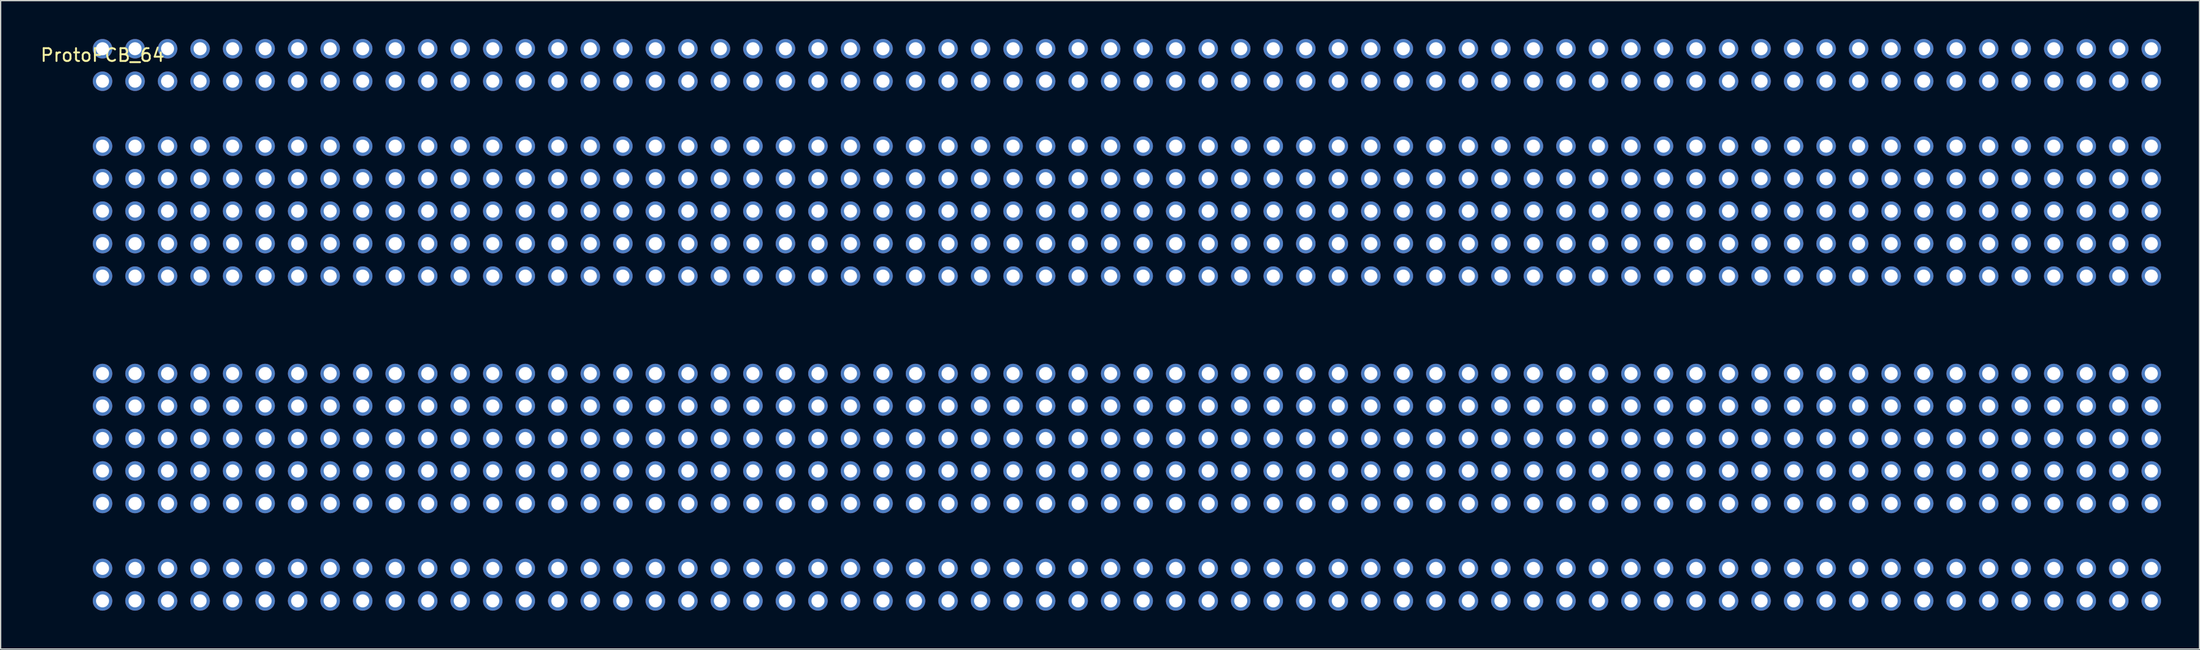
<source format=kicad_pcb>
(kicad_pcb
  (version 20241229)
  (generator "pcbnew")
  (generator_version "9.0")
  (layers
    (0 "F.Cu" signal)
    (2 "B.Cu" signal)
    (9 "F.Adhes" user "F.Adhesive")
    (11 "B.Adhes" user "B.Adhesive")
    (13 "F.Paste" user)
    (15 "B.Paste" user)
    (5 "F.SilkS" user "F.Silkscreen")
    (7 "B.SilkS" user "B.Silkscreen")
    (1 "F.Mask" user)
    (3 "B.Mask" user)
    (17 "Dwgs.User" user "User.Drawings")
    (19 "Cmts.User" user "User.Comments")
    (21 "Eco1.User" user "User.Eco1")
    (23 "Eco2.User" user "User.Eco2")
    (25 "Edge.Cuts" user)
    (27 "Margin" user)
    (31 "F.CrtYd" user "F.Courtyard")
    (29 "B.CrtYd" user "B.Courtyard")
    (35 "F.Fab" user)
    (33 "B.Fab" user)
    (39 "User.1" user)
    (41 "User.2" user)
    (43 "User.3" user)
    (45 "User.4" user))
  (footprint "ProtoPCB_64"
    (layer "F.Cu")
    (at 4.958 0.762)
    (property "Reference" "ProtoPCB_64" (at 0 0.5 0) (layer "F.SilkS") (effects (font (size 1 1) (thickness 0.15))))
    (attr through_hole)
    (pad "1" thru_hole circle (at 0 0) (size 1.524 1.524) (drill 1.016) (layers "*.Cu" "*.Mask"))
    (pad "1" thru_hole circle (at 0 2.54) (size 1.524 1.524) (drill 1.016) (layers "*.Cu" "*.Mask"))
    (pad "1" thru_hole circle (at 0 7.62) (size 1.524 1.524) (drill 1.016) (layers "*.Cu" "*.Mask"))
    (pad "1" thru_hole circle (at 0 10.16) (size 1.524 1.524) (drill 1.016) (layers "*.Cu" "*.Mask"))
    (pad "1" thru_hole circle (at 0 12.7) (size 1.524 1.524) (drill 1.016) (layers "*.Cu" "*.Mask"))
    (pad "1" thru_hole circle (at 0 15.24) (size 1.524 1.524) (drill 1.016) (layers "*.Cu" "*.Mask"))
    (pad "1" thru_hole circle (at 0 17.78) (size 1.524 1.524) (drill 1.016) (layers "*.Cu" "*.Mask"))
    (pad "1" thru_hole circle (at 0 25.4) (size 1.524 1.524) (drill 1.016) (layers "*.Cu" "*.Mask"))
    (pad "1" thru_hole circle (at 0 27.94) (size 1.524 1.524) (drill 1.016) (layers "*.Cu" "*.Mask"))
    (pad "1" thru_hole circle (at 0 30.48) (size 1.524 1.524) (drill 1.016) (layers "*.Cu" "*.Mask"))
    (pad "1" thru_hole circle (at 0 33.02) (size 1.524 1.524) (drill 1.016) (layers "*.Cu" "*.Mask"))
    (pad "1" thru_hole circle (at 0 35.56) (size 1.524 1.524) (drill 1.016) (layers "*.Cu" "*.Mask"))
    (pad "1" thru_hole circle (at 0 40.64) (size 1.524 1.524) (drill 1.016) (layers "*.Cu" "*.Mask"))
    (pad "1" thru_hole circle (at 0 43.18) (size 1.524 1.524) (drill 1.016) (layers "*.Cu" "*.Mask"))
    (pad "1" thru_hole circle (at 2.54 0) (size 1.524 1.524) (drill 1.016) (layers "*.Cu" "*.Mask"))
    (pad "1" thru_hole circle (at 2.54 2.54) (size 1.524 1.524) (drill 1.016) (layers "*.Cu" "*.Mask"))
    (pad "1" thru_hole circle (at 2.54 7.62) (size 1.524 1.524) (drill 1.016) (layers "*.Cu" "*.Mask"))
    (pad "1" thru_hole circle (at 2.54 10.16) (size 1.524 1.524) (drill 1.016) (layers "*.Cu" "*.Mask"))
    (pad "1" thru_hole circle (at 2.54 12.7) (size 1.524 1.524) (drill 1.016) (layers "*.Cu" "*.Mask"))
    (pad "1" thru_hole circle (at 2.54 15.24) (size 1.524 1.524) (drill 1.016) (layers "*.Cu" "*.Mask"))
    (pad "1" thru_hole circle (at 2.54 17.78) (size 1.524 1.524) (drill 1.016) (layers "*.Cu" "*.Mask"))
    (pad "1" thru_hole circle (at 2.54 25.4) (size 1.524 1.524) (drill 1.016) (layers "*.Cu" "*.Mask"))
    (pad "1" thru_hole circle (at 2.54 27.94) (size 1.524 1.524) (drill 1.016) (layers "*.Cu" "*.Mask"))
    (pad "1" thru_hole circle (at 2.54 30.48) (size 1.524 1.524) (drill 1.016) (layers "*.Cu" "*.Mask"))
    (pad "1" thru_hole circle (at 2.54 33.02) (size 1.524 1.524) (drill 1.016) (layers "*.Cu" "*.Mask"))
    (pad "1" thru_hole circle (at 2.54 35.56) (size 1.524 1.524) (drill 1.016) (layers "*.Cu" "*.Mask"))
    (pad "1" thru_hole circle (at 2.54 40.64) (size 1.524 1.524) (drill 1.016) (layers "*.Cu" "*.Mask"))
    (pad "1" thru_hole circle (at 2.54 43.18) (size 1.524 1.524) (drill 1.016) (layers "*.Cu" "*.Mask"))
    (pad "1" thru_hole circle (at 5.08 0) (size 1.524 1.524) (drill 1.016) (layers "*.Cu" "*.Mask"))
    (pad "1" thru_hole circle (at 5.08 2.54) (size 1.524 1.524) (drill 1.016) (layers "*.Cu" "*.Mask"))
    (pad "1" thru_hole circle (at 5.08 7.62) (size 1.524 1.524) (drill 1.016) (layers "*.Cu" "*.Mask"))
    (pad "1" thru_hole circle (at 5.08 10.16) (size 1.524 1.524) (drill 1.016) (layers "*.Cu" "*.Mask"))
    (pad "1" thru_hole circle (at 5.08 12.7) (size 1.524 1.524) (drill 1.016) (layers "*.Cu" "*.Mask"))
    (pad "1" thru_hole circle (at 5.08 15.24) (size 1.524 1.524) (drill 1.016) (layers "*.Cu" "*.Mask"))
    (pad "1" thru_hole circle (at 5.08 17.78) (size 1.524 1.524) (drill 1.016) (layers "*.Cu" "*.Mask"))
    (pad "1" thru_hole circle (at 5.08 25.4) (size 1.524 1.524) (drill 1.016) (layers "*.Cu" "*.Mask"))
    (pad "1" thru_hole circle (at 5.08 27.94) (size 1.524 1.524) (drill 1.016) (layers "*.Cu" "*.Mask"))
    (pad "1" thru_hole circle (at 5.08 30.48) (size 1.524 1.524) (drill 1.016) (layers "*.Cu" "*.Mask"))
    (pad "1" thru_hole circle (at 5.08 33.02) (size 1.524 1.524) (drill 1.016) (layers "*.Cu" "*.Mask"))
    (pad "1" thru_hole circle (at 5.08 35.56) (size 1.524 1.524) (drill 1.016) (layers "*.Cu" "*.Mask"))
    (pad "1" thru_hole circle (at 5.08 40.64) (size 1.524 1.524) (drill 1.016) (layers "*.Cu" "*.Mask"))
    (pad "1" thru_hole circle (at 5.08 43.18) (size 1.524 1.524) (drill 1.016) (layers "*.Cu" "*.Mask"))
    (pad "1" thru_hole circle (at 7.62 0) (size 1.524 1.524) (drill 1.016) (layers "*.Cu" "*.Mask"))
    (pad "1" thru_hole circle (at 7.62 2.54) (size 1.524 1.524) (drill 1.016) (layers "*.Cu" "*.Mask"))
    (pad "1" thru_hole circle (at 7.62 7.62) (size 1.524 1.524) (drill 1.016) (layers "*.Cu" "*.Mask"))
    (pad "1" thru_hole circle (at 7.62 10.16) (size 1.524 1.524) (drill 1.016) (layers "*.Cu" "*.Mask"))
    (pad "1" thru_hole circle (at 7.62 12.7) (size 1.524 1.524) (drill 1.016) (layers "*.Cu" "*.Mask"))
    (pad "1" thru_hole circle (at 7.62 15.24) (size 1.524 1.524) (drill 1.016) (layers "*.Cu" "*.Mask"))
    (pad "1" thru_hole circle (at 7.62 17.78) (size 1.524 1.524) (drill 1.016) (layers "*.Cu" "*.Mask"))
    (pad "1" thru_hole circle (at 7.62 25.4) (size 1.524 1.524) (drill 1.016) (layers "*.Cu" "*.Mask"))
    (pad "1" thru_hole circle (at 7.62 27.94) (size 1.524 1.524) (drill 1.016) (layers "*.Cu" "*.Mask"))
    (pad "1" thru_hole circle (at 7.62 30.48) (size 1.524 1.524) (drill 1.016) (layers "*.Cu" "*.Mask"))
    (pad "1" thru_hole circle (at 7.62 33.02) (size 1.524 1.524) (drill 1.016) (layers "*.Cu" "*.Mask"))
    (pad "1" thru_hole circle (at 7.62 35.56) (size 1.524 1.524) (drill 1.016) (layers "*.Cu" "*.Mask"))
    (pad "1" thru_hole circle (at 7.62 40.64) (size 1.524 1.524) (drill 1.016) (layers "*.Cu" "*.Mask"))
    (pad "1" thru_hole circle (at 7.62 43.18) (size 1.524 1.524) (drill 1.016) (layers "*.Cu" "*.Mask"))
    (pad "1" thru_hole circle (at 10.16 0) (size 1.524 1.524) (drill 1.016) (layers "*.Cu" "*.Mask"))
    (pad "1" thru_hole circle (at 10.16 2.54) (size 1.524 1.524) (drill 1.016) (layers "*.Cu" "*.Mask"))
    (pad "1" thru_hole circle (at 10.16 7.62) (size 1.524 1.524) (drill 1.016) (layers "*.Cu" "*.Mask"))
    (pad "1" thru_hole circle (at 10.16 10.16) (size 1.524 1.524) (drill 1.016) (layers "*.Cu" "*.Mask"))
    (pad "1" thru_hole circle (at 10.16 12.7) (size 1.524 1.524) (drill 1.016) (layers "*.Cu" "*.Mask"))
    (pad "1" thru_hole circle (at 10.16 15.24) (size 1.524 1.524) (drill 1.016) (layers "*.Cu" "*.Mask"))
    (pad "1" thru_hole circle (at 10.16 17.78) (size 1.524 1.524) (drill 1.016) (layers "*.Cu" "*.Mask"))
    (pad "1" thru_hole circle (at 10.16 25.4) (size 1.524 1.524) (drill 1.016) (layers "*.Cu" "*.Mask"))
    (pad "1" thru_hole circle (at 10.16 27.94) (size 1.524 1.524) (drill 1.016) (layers "*.Cu" "*.Mask"))
    (pad "1" thru_hole circle (at 10.16 30.48) (size 1.524 1.524) (drill 1.016) (layers "*.Cu" "*.Mask"))
    (pad "1" thru_hole circle (at 10.16 33.02) (size 1.524 1.524) (drill 1.016) (layers "*.Cu" "*.Mask"))
    (pad "1" thru_hole circle (at 10.16 35.56) (size 1.524 1.524) (drill 1.016) (layers "*.Cu" "*.Mask"))
    (pad "1" thru_hole circle (at 10.16 40.64) (size 1.524 1.524) (drill 1.016) (layers "*.Cu" "*.Mask"))
    (pad "1" thru_hole circle (at 10.16 43.18) (size 1.524 1.524) (drill 1.016) (layers "*.Cu" "*.Mask"))
    (pad "1" thru_hole circle (at 12.7 0) (size 1.524 1.524) (drill 1.016) (layers "*.Cu" "*.Mask"))
    (pad "1" thru_hole circle (at 12.7 2.54) (size 1.524 1.524) (drill 1.016) (layers "*.Cu" "*.Mask"))
    (pad "1" thru_hole circle (at 12.7 7.62) (size 1.524 1.524) (drill 1.016) (layers "*.Cu" "*.Mask"))
    (pad "1" thru_hole circle (at 12.7 10.16) (size 1.524 1.524) (drill 1.016) (layers "*.Cu" "*.Mask"))
    (pad "1" thru_hole circle (at 12.7 12.7) (size 1.524 1.524) (drill 1.016) (layers "*.Cu" "*.Mask"))
    (pad "1" thru_hole circle (at 12.7 15.24) (size 1.524 1.524) (drill 1.016) (layers "*.Cu" "*.Mask"))
    (pad "1" thru_hole circle (at 12.7 17.78) (size 1.524 1.524) (drill 1.016) (layers "*.Cu" "*.Mask"))
    (pad "1" thru_hole circle (at 12.7 25.4) (size 1.524 1.524) (drill 1.016) (layers "*.Cu" "*.Mask"))
    (pad "1" thru_hole circle (at 12.7 27.94) (size 1.524 1.524) (drill 1.016) (layers "*.Cu" "*.Mask"))
    (pad "1" thru_hole circle (at 12.7 30.48) (size 1.524 1.524) (drill 1.016) (layers "*.Cu" "*.Mask"))
    (pad "1" thru_hole circle (at 12.7 33.02) (size 1.524 1.524) (drill 1.016) (layers "*.Cu" "*.Mask"))
    (pad "1" thru_hole circle (at 12.7 35.56) (size 1.524 1.524) (drill 1.016) (layers "*.Cu" "*.Mask"))
    (pad "1" thru_hole circle (at 12.7 40.64) (size 1.524 1.524) (drill 1.016) (layers "*.Cu" "*.Mask"))
    (pad "1" thru_hole circle (at 12.7 43.18) (size 1.524 1.524) (drill 1.016) (layers "*.Cu" "*.Mask"))
    (pad "1" thru_hole circle (at 15.24 0) (size 1.524 1.524) (drill 1.016) (layers "*.Cu" "*.Mask"))
    (pad "1" thru_hole circle (at 15.24 2.54) (size 1.524 1.524) (drill 1.016) (layers "*.Cu" "*.Mask"))
    (pad "1" thru_hole circle (at 15.24 7.62) (size 1.524 1.524) (drill 1.016) (layers "*.Cu" "*.Mask"))
    (pad "1" thru_hole circle (at 15.24 10.16) (size 1.524 1.524) (drill 1.016) (layers "*.Cu" "*.Mask"))
    (pad "1" thru_hole circle (at 15.24 12.7) (size 1.524 1.524) (drill 1.016) (layers "*.Cu" "*.Mask"))
    (pad "1" thru_hole circle (at 15.24 15.24) (size 1.524 1.524) (drill 1.016) (layers "*.Cu" "*.Mask"))
    (pad "1" thru_hole circle (at 15.24 17.78) (size 1.524 1.524) (drill 1.016) (layers "*.Cu" "*.Mask"))
    (pad "1" thru_hole circle (at 15.24 25.4) (size 1.524 1.524) (drill 1.016) (layers "*.Cu" "*.Mask"))
    (pad "1" thru_hole circle (at 15.24 27.94) (size 1.524 1.524) (drill 1.016) (layers "*.Cu" "*.Mask"))
    (pad "1" thru_hole circle (at 15.24 30.48) (size 1.524 1.524) (drill 1.016) (layers "*.Cu" "*.Mask"))
    (pad "1" thru_hole circle (at 15.24 33.02) (size 1.524 1.524) (drill 1.016) (layers "*.Cu" "*.Mask"))
    (pad "1" thru_hole circle (at 15.24 35.56) (size 1.524 1.524) (drill 1.016) (layers "*.Cu" "*.Mask"))
    (pad "1" thru_hole circle (at 15.24 40.64) (size 1.524 1.524) (drill 1.016) (layers "*.Cu" "*.Mask"))
    (pad "1" thru_hole circle (at 15.24 43.18) (size 1.524 1.524) (drill 1.016) (layers "*.Cu" "*.Mask"))
    (pad "1" thru_hole circle (at 17.78 0) (size 1.524 1.524) (drill 1.016) (layers "*.Cu" "*.Mask"))
    (pad "1" thru_hole circle (at 17.78 2.54) (size 1.524 1.524) (drill 1.016) (layers "*.Cu" "*.Mask"))
    (pad "1" thru_hole circle (at 17.78 7.62) (size 1.524 1.524) (drill 1.016) (layers "*.Cu" "*.Mask"))
    (pad "1" thru_hole circle (at 17.78 10.16) (size 1.524 1.524) (drill 1.016) (layers "*.Cu" "*.Mask"))
    (pad "1" thru_hole circle (at 17.78 12.7) (size 1.524 1.524) (drill 1.016) (layers "*.Cu" "*.Mask"))
    (pad "1" thru_hole circle (at 17.78 15.24) (size 1.524 1.524) (drill 1.016) (layers "*.Cu" "*.Mask"))
    (pad "1" thru_hole circle (at 17.78 17.78) (size 1.524 1.524) (drill 1.016) (layers "*.Cu" "*.Mask"))
    (pad "1" thru_hole circle (at 17.78 25.4) (size 1.524 1.524) (drill 1.016) (layers "*.Cu" "*.Mask"))
    (pad "1" thru_hole circle (at 17.78 27.94) (size 1.524 1.524) (drill 1.016) (layers "*.Cu" "*.Mask"))
    (pad "1" thru_hole circle (at 17.78 30.48) (size 1.524 1.524) (drill 1.016) (layers "*.Cu" "*.Mask"))
    (pad "1" thru_hole circle (at 17.78 33.02) (size 1.524 1.524) (drill 1.016) (layers "*.Cu" "*.Mask"))
    (pad "1" thru_hole circle (at 17.78 35.56) (size 1.524 1.524) (drill 1.016) (layers "*.Cu" "*.Mask"))
    (pad "1" thru_hole circle (at 17.78 40.64) (size 1.524 1.524) (drill 1.016) (layers "*.Cu" "*.Mask"))
    (pad "1" thru_hole circle (at 17.78 43.18) (size 1.524 1.524) (drill 1.016) (layers "*.Cu" "*.Mask"))
    (pad "1" thru_hole circle (at 20.32 0) (size 1.524 1.524) (drill 1.016) (layers "*.Cu" "*.Mask"))
    (pad "1" thru_hole circle (at 20.32 2.54) (size 1.524 1.524) (drill 1.016) (layers "*.Cu" "*.Mask"))
    (pad "1" thru_hole circle (at 20.32 7.62) (size 1.524 1.524) (drill 1.016) (layers "*.Cu" "*.Mask"))
    (pad "1" thru_hole circle (at 20.32 10.16) (size 1.524 1.524) (drill 1.016) (layers "*.Cu" "*.Mask"))
    (pad "1" thru_hole circle (at 20.32 12.7) (size 1.524 1.524) (drill 1.016) (layers "*.Cu" "*.Mask"))
    (pad "1" thru_hole circle (at 20.32 15.24) (size 1.524 1.524) (drill 1.016) (layers "*.Cu" "*.Mask"))
    (pad "1" thru_hole circle (at 20.32 17.78) (size 1.524 1.524) (drill 1.016) (layers "*.Cu" "*.Mask"))
    (pad "1" thru_hole circle (at 20.32 25.4) (size 1.524 1.524) (drill 1.016) (layers "*.Cu" "*.Mask"))
    (pad "1" thru_hole circle (at 20.32 27.94) (size 1.524 1.524) (drill 1.016) (layers "*.Cu" "*.Mask"))
    (pad "1" thru_hole circle (at 20.32 30.48) (size 1.524 1.524) (drill 1.016) (layers "*.Cu" "*.Mask"))
    (pad "1" thru_hole circle (at 20.32 33.02) (size 1.524 1.524) (drill 1.016) (layers "*.Cu" "*.Mask"))
    (pad "1" thru_hole circle (at 20.32 35.56) (size 1.524 1.524) (drill 1.016) (layers "*.Cu" "*.Mask"))
    (pad "1" thru_hole circle (at 20.32 40.64) (size 1.524 1.524) (drill 1.016) (layers "*.Cu" "*.Mask"))
    (pad "1" thru_hole circle (at 20.32 43.18) (size 1.524 1.524) (drill 1.016) (layers "*.Cu" "*.Mask"))
    (pad "1" thru_hole circle (at 22.86 0) (size 1.524 1.524) (drill 1.016) (layers "*.Cu" "*.Mask"))
    (pad "1" thru_hole circle (at 22.86 2.54) (size 1.524 1.524) (drill 1.016) (layers "*.Cu" "*.Mask"))
    (pad "1" thru_hole circle (at 22.86 7.62) (size 1.524 1.524) (drill 1.016) (layers "*.Cu" "*.Mask"))
    (pad "1" thru_hole circle (at 22.86 10.16) (size 1.524 1.524) (drill 1.016) (layers "*.Cu" "*.Mask"))
    (pad "1" thru_hole circle (at 22.86 12.7) (size 1.524 1.524) (drill 1.016) (layers "*.Cu" "*.Mask"))
    (pad "1" thru_hole circle (at 22.86 15.24) (size 1.524 1.524) (drill 1.016) (layers "*.Cu" "*.Mask"))
    (pad "1" thru_hole circle (at 22.86 17.78) (size 1.524 1.524) (drill 1.016) (layers "*.Cu" "*.Mask"))
    (pad "1" thru_hole circle (at 22.86 25.4) (size 1.524 1.524) (drill 1.016) (layers "*.Cu" "*.Mask"))
    (pad "1" thru_hole circle (at 22.86 27.94) (size 1.524 1.524) (drill 1.016) (layers "*.Cu" "*.Mask"))
    (pad "1" thru_hole circle (at 22.86 30.48) (size 1.524 1.524) (drill 1.016) (layers "*.Cu" "*.Mask"))
    (pad "1" thru_hole circle (at 22.86 33.02) (size 1.524 1.524) (drill 1.016) (layers "*.Cu" "*.Mask"))
    (pad "1" thru_hole circle (at 22.86 35.56) (size 1.524 1.524) (drill 1.016) (layers "*.Cu" "*.Mask"))
    (pad "1" thru_hole circle (at 22.86 40.64) (size 1.524 1.524) (drill 1.016) (layers "*.Cu" "*.Mask"))
    (pad "1" thru_hole circle (at 22.86 43.18) (size 1.524 1.524) (drill 1.016) (layers "*.Cu" "*.Mask"))
    (pad "1" thru_hole circle (at 25.4 0) (size 1.524 1.524) (drill 1.016) (layers "*.Cu" "*.Mask"))
    (pad "1" thru_hole circle (at 25.4 2.54) (size 1.524 1.524) (drill 1.016) (layers "*.Cu" "*.Mask"))
    (pad "1" thru_hole circle (at 25.4 7.62) (size 1.524 1.524) (drill 1.016) (layers "*.Cu" "*.Mask"))
    (pad "1" thru_hole circle (at 25.4 10.16) (size 1.524 1.524) (drill 1.016) (layers "*.Cu" "*.Mask"))
    (pad "1" thru_hole circle (at 25.4 12.7) (size 1.524 1.524) (drill 1.016) (layers "*.Cu" "*.Mask"))
    (pad "1" thru_hole circle (at 25.4 15.24) (size 1.524 1.524) (drill 1.016) (layers "*.Cu" "*.Mask"))
    (pad "1" thru_hole circle (at 25.4 17.78) (size 1.524 1.524) (drill 1.016) (layers "*.Cu" "*.Mask"))
    (pad "1" thru_hole circle (at 25.4 25.4) (size 1.524 1.524) (drill 1.016) (layers "*.Cu" "*.Mask"))
    (pad "1" thru_hole circle (at 25.4 27.94) (size 1.524 1.524) (drill 1.016) (layers "*.Cu" "*.Mask"))
    (pad "1" thru_hole circle (at 25.4 30.48) (size 1.524 1.524) (drill 1.016) (layers "*.Cu" "*.Mask"))
    (pad "1" thru_hole circle (at 25.4 33.02) (size 1.524 1.524) (drill 1.016) (layers "*.Cu" "*.Mask"))
    (pad "1" thru_hole circle (at 25.4 35.56) (size 1.524 1.524) (drill 1.016) (layers "*.Cu" "*.Mask"))
    (pad "1" thru_hole circle (at 25.4 40.64) (size 1.524 1.524) (drill 1.016) (layers "*.Cu" "*.Mask"))
    (pad "1" thru_hole circle (at 25.4 43.18) (size 1.524 1.524) (drill 1.016) (layers "*.Cu" "*.Mask"))
    (pad "1" thru_hole circle (at 27.94 0) (size 1.524 1.524) (drill 1.016) (layers "*.Cu" "*.Mask"))
    (pad "1" thru_hole circle (at 27.94 2.54) (size 1.524 1.524) (drill 1.016) (layers "*.Cu" "*.Mask"))
    (pad "1" thru_hole circle (at 27.94 7.62) (size 1.524 1.524) (drill 1.016) (layers "*.Cu" "*.Mask"))
    (pad "1" thru_hole circle (at 27.94 10.16) (size 1.524 1.524) (drill 1.016) (layers "*.Cu" "*.Mask"))
    (pad "1" thru_hole circle (at 27.94 12.7) (size 1.524 1.524) (drill 1.016) (layers "*.Cu" "*.Mask"))
    (pad "1" thru_hole circle (at 27.94 15.24) (size 1.524 1.524) (drill 1.016) (layers "*.Cu" "*.Mask"))
    (pad "1" thru_hole circle (at 27.94 17.78) (size 1.524 1.524) (drill 1.016) (layers "*.Cu" "*.Mask"))
    (pad "1" thru_hole circle (at 27.94 25.4) (size 1.524 1.524) (drill 1.016) (layers "*.Cu" "*.Mask"))
    (pad "1" thru_hole circle (at 27.94 27.94) (size 1.524 1.524) (drill 1.016) (layers "*.Cu" "*.Mask"))
    (pad "1" thru_hole circle (at 27.94 30.48) (size 1.524 1.524) (drill 1.016) (layers "*.Cu" "*.Mask"))
    (pad "1" thru_hole circle (at 27.94 33.02) (size 1.524 1.524) (drill 1.016) (layers "*.Cu" "*.Mask"))
    (pad "1" thru_hole circle (at 27.94 35.56) (size 1.524 1.524) (drill 1.016) (layers "*.Cu" "*.Mask"))
    (pad "1" thru_hole circle (at 27.94 40.64) (size 1.524 1.524) (drill 1.016) (layers "*.Cu" "*.Mask"))
    (pad "1" thru_hole circle (at 27.94 43.18) (size 1.524 1.524) (drill 1.016) (layers "*.Cu" "*.Mask"))
    (pad "1" thru_hole circle (at 30.48 0) (size 1.524 1.524) (drill 1.016) (layers "*.Cu" "*.Mask"))
    (pad "1" thru_hole circle (at 30.48 2.54) (size 1.524 1.524) (drill 1.016) (layers "*.Cu" "*.Mask"))
    (pad "1" thru_hole circle (at 30.48 7.62) (size 1.524 1.524) (drill 1.016) (layers "*.Cu" "*.Mask"))
    (pad "1" thru_hole circle (at 30.48 10.16) (size 1.524 1.524) (drill 1.016) (layers "*.Cu" "*.Mask"))
    (pad "1" thru_hole circle (at 30.48 12.7) (size 1.524 1.524) (drill 1.016) (layers "*.Cu" "*.Mask"))
    (pad "1" thru_hole circle (at 30.48 15.24) (size 1.524 1.524) (drill 1.016) (layers "*.Cu" "*.Mask"))
    (pad "1" thru_hole circle (at 30.48 17.78) (size 1.524 1.524) (drill 1.016) (layers "*.Cu" "*.Mask"))
    (pad "1" thru_hole circle (at 30.48 25.4) (size 1.524 1.524) (drill 1.016) (layers "*.Cu" "*.Mask"))
    (pad "1" thru_hole circle (at 30.48 27.94) (size 1.524 1.524) (drill 1.016) (layers "*.Cu" "*.Mask"))
    (pad "1" thru_hole circle (at 30.48 30.48) (size 1.524 1.524) (drill 1.016) (layers "*.Cu" "*.Mask"))
    (pad "1" thru_hole circle (at 30.48 33.02) (size 1.524 1.524) (drill 1.016) (layers "*.Cu" "*.Mask"))
    (pad "1" thru_hole circle (at 30.48 35.56) (size 1.524 1.524) (drill 1.016) (layers "*.Cu" "*.Mask"))
    (pad "1" thru_hole circle (at 30.48 40.64) (size 1.524 1.524) (drill 1.016) (layers "*.Cu" "*.Mask"))
    (pad "1" thru_hole circle (at 30.48 43.18) (size 1.524 1.524) (drill 1.016) (layers "*.Cu" "*.Mask"))
    (pad "1" thru_hole circle (at 33.02 0) (size 1.524 1.524) (drill 1.016) (layers "*.Cu" "*.Mask"))
    (pad "1" thru_hole circle (at 33.02 2.54) (size 1.524 1.524) (drill 1.016) (layers "*.Cu" "*.Mask"))
    (pad "1" thru_hole circle (at 33.02 7.62) (size 1.524 1.524) (drill 1.016) (layers "*.Cu" "*.Mask"))
    (pad "1" thru_hole circle (at 33.02 10.16) (size 1.524 1.524) (drill 1.016) (layers "*.Cu" "*.Mask"))
    (pad "1" thru_hole circle (at 33.02 12.7) (size 1.524 1.524) (drill 1.016) (layers "*.Cu" "*.Mask"))
    (pad "1" thru_hole circle (at 33.02 15.24) (size 1.524 1.524) (drill 1.016) (layers "*.Cu" "*.Mask"))
    (pad "1" thru_hole circle (at 33.02 17.78) (size 1.524 1.524) (drill 1.016) (layers "*.Cu" "*.Mask"))
    (pad "1" thru_hole circle (at 33.02 25.4) (size 1.524 1.524) (drill 1.016) (layers "*.Cu" "*.Mask"))
    (pad "1" thru_hole circle (at 33.02 27.94) (size 1.524 1.524) (drill 1.016) (layers "*.Cu" "*.Mask"))
    (pad "1" thru_hole circle (at 33.02 30.48) (size 1.524 1.524) (drill 1.016) (layers "*.Cu" "*.Mask"))
    (pad "1" thru_hole circle (at 33.02 33.02) (size 1.524 1.524) (drill 1.016) (layers "*.Cu" "*.Mask"))
    (pad "1" thru_hole circle (at 33.02 35.56) (size 1.524 1.524) (drill 1.016) (layers "*.Cu" "*.Mask"))
    (pad "1" thru_hole circle (at 33.02 40.64) (size 1.524 1.524) (drill 1.016) (layers "*.Cu" "*.Mask"))
    (pad "1" thru_hole circle (at 33.02 43.18) (size 1.524 1.524) (drill 1.016) (layers "*.Cu" "*.Mask"))
    (pad "1" thru_hole circle (at 35.56 0) (size 1.524 1.524) (drill 1.016) (layers "*.Cu" "*.Mask"))
    (pad "1" thru_hole circle (at 35.56 2.54) (size 1.524 1.524) (drill 1.016) (layers "*.Cu" "*.Mask"))
    (pad "1" thru_hole circle (at 35.56 7.62) (size 1.524 1.524) (drill 1.016) (layers "*.Cu" "*.Mask"))
    (pad "1" thru_hole circle (at 35.56 10.16) (size 1.524 1.524) (drill 1.016) (layers "*.Cu" "*.Mask"))
    (pad "1" thru_hole circle (at 35.56 12.7) (size 1.524 1.524) (drill 1.016) (layers "*.Cu" "*.Mask"))
    (pad "1" thru_hole circle (at 35.56 15.24) (size 1.524 1.524) (drill 1.016) (layers "*.Cu" "*.Mask"))
    (pad "1" thru_hole circle (at 35.56 17.78) (size 1.524 1.524) (drill 1.016) (layers "*.Cu" "*.Mask"))
    (pad "1" thru_hole circle (at 35.56 25.4) (size 1.524 1.524) (drill 1.016) (layers "*.Cu" "*.Mask"))
    (pad "1" thru_hole circle (at 35.56 27.94) (size 1.524 1.524) (drill 1.016) (layers "*.Cu" "*.Mask"))
    (pad "1" thru_hole circle (at 35.56 30.48) (size 1.524 1.524) (drill 1.016) (layers "*.Cu" "*.Mask"))
    (pad "1" thru_hole circle (at 35.56 33.02) (size 1.524 1.524) (drill 1.016) (layers "*.Cu" "*.Mask"))
    (pad "1" thru_hole circle (at 35.56 35.56) (size 1.524 1.524) (drill 1.016) (layers "*.Cu" "*.Mask"))
    (pad "1" thru_hole circle (at 35.56 40.64) (size 1.524 1.524) (drill 1.016) (layers "*.Cu" "*.Mask"))
    (pad "1" thru_hole circle (at 35.56 43.18) (size 1.524 1.524) (drill 1.016) (layers "*.Cu" "*.Mask"))
    (pad "1" thru_hole circle (at 38.1 0) (size 1.524 1.524) (drill 1.016) (layers "*.Cu" "*.Mask"))
    (pad "1" thru_hole circle (at 38.1 2.54) (size 1.524 1.524) (drill 1.016) (layers "*.Cu" "*.Mask"))
    (pad "1" thru_hole circle (at 38.1 7.62) (size 1.524 1.524) (drill 1.016) (layers "*.Cu" "*.Mask"))
    (pad "1" thru_hole circle (at 38.1 10.16) (size 1.524 1.524) (drill 1.016) (layers "*.Cu" "*.Mask"))
    (pad "1" thru_hole circle (at 38.1 12.7) (size 1.524 1.524) (drill 1.016) (layers "*.Cu" "*.Mask"))
    (pad "1" thru_hole circle (at 38.1 15.24) (size 1.524 1.524) (drill 1.016) (layers "*.Cu" "*.Mask"))
    (pad "1" thru_hole circle (at 38.1 17.78) (size 1.524 1.524) (drill 1.016) (layers "*.Cu" "*.Mask"))
    (pad "1" thru_hole circle (at 38.1 25.4) (size 1.524 1.524) (drill 1.016) (layers "*.Cu" "*.Mask"))
    (pad "1" thru_hole circle (at 38.1 27.94) (size 1.524 1.524) (drill 1.016) (layers "*.Cu" "*.Mask"))
    (pad "1" thru_hole circle (at 38.1 30.48) (size 1.524 1.524) (drill 1.016) (layers "*.Cu" "*.Mask"))
    (pad "1" thru_hole circle (at 38.1 33.02) (size 1.524 1.524) (drill 1.016) (layers "*.Cu" "*.Mask"))
    (pad "1" thru_hole circle (at 38.1 35.56) (size 1.524 1.524) (drill 1.016) (layers "*.Cu" "*.Mask"))
    (pad "1" thru_hole circle (at 38.1 40.64) (size 1.524 1.524) (drill 1.016) (layers "*.Cu" "*.Mask"))
    (pad "1" thru_hole circle (at 38.1 43.18) (size 1.524 1.524) (drill 1.016) (layers "*.Cu" "*.Mask"))
    (pad "1" thru_hole circle (at 40.64 0) (size 1.524 1.524) (drill 1.016) (layers "*.Cu" "*.Mask"))
    (pad "1" thru_hole circle (at 40.64 2.54) (size 1.524 1.524) (drill 1.016) (layers "*.Cu" "*.Mask"))
    (pad "1" thru_hole circle (at 40.64 7.62) (size 1.524 1.524) (drill 1.016) (layers "*.Cu" "*.Mask"))
    (pad "1" thru_hole circle (at 40.64 10.16) (size 1.524 1.524) (drill 1.016) (layers "*.Cu" "*.Mask"))
    (pad "1" thru_hole circle (at 40.64 12.7) (size 1.524 1.524) (drill 1.016) (layers "*.Cu" "*.Mask"))
    (pad "1" thru_hole circle (at 40.64 15.24) (size 1.524 1.524) (drill 1.016) (layers "*.Cu" "*.Mask"))
    (pad "1" thru_hole circle (at 40.64 17.78) (size 1.524 1.524) (drill 1.016) (layers "*.Cu" "*.Mask"))
    (pad "1" thru_hole circle (at 40.64 25.4) (size 1.524 1.524) (drill 1.016) (layers "*.Cu" "*.Mask"))
    (pad "1" thru_hole circle (at 40.64 27.94) (size 1.524 1.524) (drill 1.016) (layers "*.Cu" "*.Mask"))
    (pad "1" thru_hole circle (at 40.64 30.48) (size 1.524 1.524) (drill 1.016) (layers "*.Cu" "*.Mask"))
    (pad "1" thru_hole circle (at 40.64 33.02) (size 1.524 1.524) (drill 1.016) (layers "*.Cu" "*.Mask"))
    (pad "1" thru_hole circle (at 40.64 35.56) (size 1.524 1.524) (drill 1.016) (layers "*.Cu" "*.Mask"))
    (pad "1" thru_hole circle (at 40.64 40.64) (size 1.524 1.524) (drill 1.016) (layers "*.Cu" "*.Mask"))
    (pad "1" thru_hole circle (at 40.64 43.18) (size 1.524 1.524) (drill 1.016) (layers "*.Cu" "*.Mask"))
    (pad "1" thru_hole circle (at 43.18 0) (size 1.524 1.524) (drill 1.016) (layers "*.Cu" "*.Mask"))
    (pad "1" thru_hole circle (at 43.18 2.54) (size 1.524 1.524) (drill 1.016) (layers "*.Cu" "*.Mask"))
    (pad "1" thru_hole circle (at 43.18 7.62) (size 1.524 1.524) (drill 1.016) (layers "*.Cu" "*.Mask"))
    (pad "1" thru_hole circle (at 43.18 10.16) (size 1.524 1.524) (drill 1.016) (layers "*.Cu" "*.Mask"))
    (pad "1" thru_hole circle (at 43.18 12.7) (size 1.524 1.524) (drill 1.016) (layers "*.Cu" "*.Mask"))
    (pad "1" thru_hole circle (at 43.18 15.24) (size 1.524 1.524) (drill 1.016) (layers "*.Cu" "*.Mask"))
    (pad "1" thru_hole circle (at 43.18 17.78) (size 1.524 1.524) (drill 1.016) (layers "*.Cu" "*.Mask"))
    (pad "1" thru_hole circle (at 43.18 25.4) (size 1.524 1.524) (drill 1.016) (layers "*.Cu" "*.Mask"))
    (pad "1" thru_hole circle (at 43.18 27.94) (size 1.524 1.524) (drill 1.016) (layers "*.Cu" "*.Mask"))
    (pad "1" thru_hole circle (at 43.18 30.48) (size 1.524 1.524) (drill 1.016) (layers "*.Cu" "*.Mask"))
    (pad "1" thru_hole circle (at 43.18 33.02) (size 1.524 1.524) (drill 1.016) (layers "*.Cu" "*.Mask"))
    (pad "1" thru_hole circle (at 43.18 35.56) (size 1.524 1.524) (drill 1.016) (layers "*.Cu" "*.Mask"))
    (pad "1" thru_hole circle (at 43.18 40.64) (size 1.524 1.524) (drill 1.016) (layers "*.Cu" "*.Mask"))
    (pad "1" thru_hole circle (at 43.18 43.18) (size 1.524 1.524) (drill 1.016) (layers "*.Cu" "*.Mask"))
    (pad "1" thru_hole circle (at 45.72 0) (size 1.524 1.524) (drill 1.016) (layers "*.Cu" "*.Mask"))
    (pad "1" thru_hole circle (at 45.72 2.54) (size 1.524 1.524) (drill 1.016) (layers "*.Cu" "*.Mask"))
    (pad "1" thru_hole circle (at 45.72 7.62) (size 1.524 1.524) (drill 1.016) (layers "*.Cu" "*.Mask"))
    (pad "1" thru_hole circle (at 45.72 10.16) (size 1.524 1.524) (drill 1.016) (layers "*.Cu" "*.Mask"))
    (pad "1" thru_hole circle (at 45.72 12.7) (size 1.524 1.524) (drill 1.016) (layers "*.Cu" "*.Mask"))
    (pad "1" thru_hole circle (at 45.72 15.24) (size 1.524 1.524) (drill 1.016) (layers "*.Cu" "*.Mask"))
    (pad "1" thru_hole circle (at 45.72 17.78) (size 1.524 1.524) (drill 1.016) (layers "*.Cu" "*.Mask"))
    (pad "1" thru_hole circle (at 45.72 25.4) (size 1.524 1.524) (drill 1.016) (layers "*.Cu" "*.Mask"))
    (pad "1" thru_hole circle (at 45.72 27.94) (size 1.524 1.524) (drill 1.016) (layers "*.Cu" "*.Mask"))
    (pad "1" thru_hole circle (at 45.72 30.48) (size 1.524 1.524) (drill 1.016) (layers "*.Cu" "*.Mask"))
    (pad "1" thru_hole circle (at 45.72 33.02) (size 1.524 1.524) (drill 1.016) (layers "*.Cu" "*.Mask"))
    (pad "1" thru_hole circle (at 45.72 35.56) (size 1.524 1.524) (drill 1.016) (layers "*.Cu" "*.Mask"))
    (pad "1" thru_hole circle (at 45.72 40.64) (size 1.524 1.524) (drill 1.016) (layers "*.Cu" "*.Mask"))
    (pad "1" thru_hole circle (at 45.72 43.18) (size 1.524 1.524) (drill 1.016) (layers "*.Cu" "*.Mask"))
    (pad "1" thru_hole circle (at 48.26 0) (size 1.524 1.524) (drill 1.016) (layers "*.Cu" "*.Mask"))
    (pad "1" thru_hole circle (at 48.26 2.54) (size 1.524 1.524) (drill 1.016) (layers "*.Cu" "*.Mask"))
    (pad "1" thru_hole circle (at 48.26 7.62) (size 1.524 1.524) (drill 1.016) (layers "*.Cu" "*.Mask"))
    (pad "1" thru_hole circle (at 48.26 10.16) (size 1.524 1.524) (drill 1.016) (layers "*.Cu" "*.Mask"))
    (pad "1" thru_hole circle (at 48.26 12.7) (size 1.524 1.524) (drill 1.016) (layers "*.Cu" "*.Mask"))
    (pad "1" thru_hole circle (at 48.26 15.24) (size 1.524 1.524) (drill 1.016) (layers "*.Cu" "*.Mask"))
    (pad "1" thru_hole circle (at 48.26 17.78) (size 1.524 1.524) (drill 1.016) (layers "*.Cu" "*.Mask"))
    (pad "1" thru_hole circle (at 48.26 25.4) (size 1.524 1.524) (drill 1.016) (layers "*.Cu" "*.Mask"))
    (pad "1" thru_hole circle (at 48.26 27.94) (size 1.524 1.524) (drill 1.016) (layers "*.Cu" "*.Mask"))
    (pad "1" thru_hole circle (at 48.26 30.48) (size 1.524 1.524) (drill 1.016) (layers "*.Cu" "*.Mask"))
    (pad "1" thru_hole circle (at 48.26 33.02) (size 1.524 1.524) (drill 1.016) (layers "*.Cu" "*.Mask"))
    (pad "1" thru_hole circle (at 48.26 35.56) (size 1.524 1.524) (drill 1.016) (layers "*.Cu" "*.Mask"))
    (pad "1" thru_hole circle (at 48.26 40.64) (size 1.524 1.524) (drill 1.016) (layers "*.Cu" "*.Mask"))
    (pad "1" thru_hole circle (at 48.26 43.18) (size 1.524 1.524) (drill 1.016) (layers "*.Cu" "*.Mask"))
    (pad "1" thru_hole circle (at 50.8 0) (size 1.524 1.524) (drill 1.016) (layers "*.Cu" "*.Mask"))
    (pad "1" thru_hole circle (at 50.8 2.54) (size 1.524 1.524) (drill 1.016) (layers "*.Cu" "*.Mask"))
    (pad "1" thru_hole circle (at 50.8 7.62) (size 1.524 1.524) (drill 1.016) (layers "*.Cu" "*.Mask"))
    (pad "1" thru_hole circle (at 50.8 10.16) (size 1.524 1.524) (drill 1.016) (layers "*.Cu" "*.Mask"))
    (pad "1" thru_hole circle (at 50.8 12.7) (size 1.524 1.524) (drill 1.016) (layers "*.Cu" "*.Mask"))
    (pad "1" thru_hole circle (at 50.8 15.24) (size 1.524 1.524) (drill 1.016) (layers "*.Cu" "*.Mask"))
    (pad "1" thru_hole circle (at 50.8 17.78) (size 1.524 1.524) (drill 1.016) (layers "*.Cu" "*.Mask"))
    (pad "1" thru_hole circle (at 50.8 25.4) (size 1.524 1.524) (drill 1.016) (layers "*.Cu" "*.Mask"))
    (pad "1" thru_hole circle (at 50.8 27.94) (size 1.524 1.524) (drill 1.016) (layers "*.Cu" "*.Mask"))
    (pad "1" thru_hole circle (at 50.8 30.48) (size 1.524 1.524) (drill 1.016) (layers "*.Cu" "*.Mask"))
    (pad "1" thru_hole circle (at 50.8 33.02) (size 1.524 1.524) (drill 1.016) (layers "*.Cu" "*.Mask"))
    (pad "1" thru_hole circle (at 50.8 35.56) (size 1.524 1.524) (drill 1.016) (layers "*.Cu" "*.Mask"))
    (pad "1" thru_hole circle (at 50.8 40.64) (size 1.524 1.524) (drill 1.016) (layers "*.Cu" "*.Mask"))
    (pad "1" thru_hole circle (at 50.8 43.18) (size 1.524 1.524) (drill 1.016) (layers "*.Cu" "*.Mask"))
    (pad "1" thru_hole circle (at 53.34 0) (size 1.524 1.524) (drill 1.016) (layers "*.Cu" "*.Mask"))
    (pad "1" thru_hole circle (at 53.34 2.54) (size 1.524 1.524) (drill 1.016) (layers "*.Cu" "*.Mask"))
    (pad "1" thru_hole circle (at 53.34 7.62) (size 1.524 1.524) (drill 1.016) (layers "*.Cu" "*.Mask"))
    (pad "1" thru_hole circle (at 53.34 10.16) (size 1.524 1.524) (drill 1.016) (layers "*.Cu" "*.Mask"))
    (pad "1" thru_hole circle (at 53.34 12.7) (size 1.524 1.524) (drill 1.016) (layers "*.Cu" "*.Mask"))
    (pad "1" thru_hole circle (at 53.34 15.24) (size 1.524 1.524) (drill 1.016) (layers "*.Cu" "*.Mask"))
    (pad "1" thru_hole circle (at 53.34 17.78) (size 1.524 1.524) (drill 1.016) (layers "*.Cu" "*.Mask"))
    (pad "1" thru_hole circle (at 53.34 25.4) (size 1.524 1.524) (drill 1.016) (layers "*.Cu" "*.Mask"))
    (pad "1" thru_hole circle (at 53.34 27.94) (size 1.524 1.524) (drill 1.016) (layers "*.Cu" "*.Mask"))
    (pad "1" thru_hole circle (at 53.34 30.48) (size 1.524 1.524) (drill 1.016) (layers "*.Cu" "*.Mask"))
    (pad "1" thru_hole circle (at 53.34 33.02) (size 1.524 1.524) (drill 1.016) (layers "*.Cu" "*.Mask"))
    (pad "1" thru_hole circle (at 53.34 35.56) (size 1.524 1.524) (drill 1.016) (layers "*.Cu" "*.Mask"))
    (pad "1" thru_hole circle (at 53.34 40.64) (size 1.524 1.524) (drill 1.016) (layers "*.Cu" "*.Mask"))
    (pad "1" thru_hole circle (at 53.34 43.18) (size 1.524 1.524) (drill 1.016) (layers "*.Cu" "*.Mask"))
    (pad "1" thru_hole circle (at 55.88 0) (size 1.524 1.524) (drill 1.016) (layers "*.Cu" "*.Mask"))
    (pad "1" thru_hole circle (at 55.88 2.54) (size 1.524 1.524) (drill 1.016) (layers "*.Cu" "*.Mask"))
    (pad "1" thru_hole circle (at 55.88 7.62) (size 1.524 1.524) (drill 1.016) (layers "*.Cu" "*.Mask"))
    (pad "1" thru_hole circle (at 55.88 10.16) (size 1.524 1.524) (drill 1.016) (layers "*.Cu" "*.Mask"))
    (pad "1" thru_hole circle (at 55.88 12.7) (size 1.524 1.524) (drill 1.016) (layers "*.Cu" "*.Mask"))
    (pad "1" thru_hole circle (at 55.88 15.24) (size 1.524 1.524) (drill 1.016) (layers "*.Cu" "*.Mask"))
    (pad "1" thru_hole circle (at 55.88 17.78) (size 1.524 1.524) (drill 1.016) (layers "*.Cu" "*.Mask"))
    (pad "1" thru_hole circle (at 55.88 25.4) (size 1.524 1.524) (drill 1.016) (layers "*.Cu" "*.Mask"))
    (pad "1" thru_hole circle (at 55.88 27.94) (size 1.524 1.524) (drill 1.016) (layers "*.Cu" "*.Mask"))
    (pad "1" thru_hole circle (at 55.88 30.48) (size 1.524 1.524) (drill 1.016) (layers "*.Cu" "*.Mask"))
    (pad "1" thru_hole circle (at 55.88 33.02) (size 1.524 1.524) (drill 1.016) (layers "*.Cu" "*.Mask"))
    (pad "1" thru_hole circle (at 55.88 35.56) (size 1.524 1.524) (drill 1.016) (layers "*.Cu" "*.Mask"))
    (pad "1" thru_hole circle (at 55.88 40.64) (size 1.524 1.524) (drill 1.016) (layers "*.Cu" "*.Mask"))
    (pad "1" thru_hole circle (at 55.88 43.18) (size 1.524 1.524) (drill 1.016) (layers "*.Cu" "*.Mask"))
    (pad "1" thru_hole circle (at 58.42 0) (size 1.524 1.524) (drill 1.016) (layers "*.Cu" "*.Mask"))
    (pad "1" thru_hole circle (at 58.42 2.54) (size 1.524 1.524) (drill 1.016) (layers "*.Cu" "*.Mask"))
    (pad "1" thru_hole circle (at 58.42 7.62) (size 1.524 1.524) (drill 1.016) (layers "*.Cu" "*.Mask"))
    (pad "1" thru_hole circle (at 58.42 10.16) (size 1.524 1.524) (drill 1.016) (layers "*.Cu" "*.Mask"))
    (pad "1" thru_hole circle (at 58.42 12.7) (size 1.524 1.524) (drill 1.016) (layers "*.Cu" "*.Mask"))
    (pad "1" thru_hole circle (at 58.42 15.24) (size 1.524 1.524) (drill 1.016) (layers "*.Cu" "*.Mask"))
    (pad "1" thru_hole circle (at 58.42 17.78) (size 1.524 1.524) (drill 1.016) (layers "*.Cu" "*.Mask"))
    (pad "1" thru_hole circle (at 58.42 25.4) (size 1.524 1.524) (drill 1.016) (layers "*.Cu" "*.Mask"))
    (pad "1" thru_hole circle (at 58.42 27.94) (size 1.524 1.524) (drill 1.016) (layers "*.Cu" "*.Mask"))
    (pad "1" thru_hole circle (at 58.42 30.48) (size 1.524 1.524) (drill 1.016) (layers "*.Cu" "*.Mask"))
    (pad "1" thru_hole circle (at 58.42 33.02) (size 1.524 1.524) (drill 1.016) (layers "*.Cu" "*.Mask"))
    (pad "1" thru_hole circle (at 58.42 35.56) (size 1.524 1.524) (drill 1.016) (layers "*.Cu" "*.Mask"))
    (pad "1" thru_hole circle (at 58.42 40.64) (size 1.524 1.524) (drill 1.016) (layers "*.Cu" "*.Mask"))
    (pad "1" thru_hole circle (at 58.42 43.18) (size 1.524 1.524) (drill 1.016) (layers "*.Cu" "*.Mask"))
    (pad "1" thru_hole circle (at 60.96 0) (size 1.524 1.524) (drill 1.016) (layers "*.Cu" "*.Mask"))
    (pad "1" thru_hole circle (at 60.96 2.54) (size 1.524 1.524) (drill 1.016) (layers "*.Cu" "*.Mask"))
    (pad "1" thru_hole circle (at 60.96 7.62) (size 1.524 1.524) (drill 1.016) (layers "*.Cu" "*.Mask"))
    (pad "1" thru_hole circle (at 60.96 10.16) (size 1.524 1.524) (drill 1.016) (layers "*.Cu" "*.Mask"))
    (pad "1" thru_hole circle (at 60.96 12.7) (size 1.524 1.524) (drill 1.016) (layers "*.Cu" "*.Mask"))
    (pad "1" thru_hole circle (at 60.96 15.24) (size 1.524 1.524) (drill 1.016) (layers "*.Cu" "*.Mask"))
    (pad "1" thru_hole circle (at 60.96 17.78) (size 1.524 1.524) (drill 1.016) (layers "*.Cu" "*.Mask"))
    (pad "1" thru_hole circle (at 60.96 25.4) (size 1.524 1.524) (drill 1.016) (layers "*.Cu" "*.Mask"))
    (pad "1" thru_hole circle (at 60.96 27.94) (size 1.524 1.524) (drill 1.016) (layers "*.Cu" "*.Mask"))
    (pad "1" thru_hole circle (at 60.96 30.48) (size 1.524 1.524) (drill 1.016) (layers "*.Cu" "*.Mask"))
    (pad "1" thru_hole circle (at 60.96 33.02) (size 1.524 1.524) (drill 1.016) (layers "*.Cu" "*.Mask"))
    (pad "1" thru_hole circle (at 60.96 35.56) (size 1.524 1.524) (drill 1.016) (layers "*.Cu" "*.Mask"))
    (pad "1" thru_hole circle (at 60.96 40.64) (size 1.524 1.524) (drill 1.016) (layers "*.Cu" "*.Mask"))
    (pad "1" thru_hole circle (at 60.96 43.18) (size 1.524 1.524) (drill 1.016) (layers "*.Cu" "*.Mask"))
    (pad "1" thru_hole circle (at 63.5 0) (size 1.524 1.524) (drill 1.016) (layers "*.Cu" "*.Mask"))
    (pad "1" thru_hole circle (at 63.5 2.54) (size 1.524 1.524) (drill 1.016) (layers "*.Cu" "*.Mask"))
    (pad "1" thru_hole circle (at 63.5 7.62) (size 1.524 1.524) (drill 1.016) (layers "*.Cu" "*.Mask"))
    (pad "1" thru_hole circle (at 63.5 10.16) (size 1.524 1.524) (drill 1.016) (layers "*.Cu" "*.Mask"))
    (pad "1" thru_hole circle (at 63.5 12.7) (size 1.524 1.524) (drill 1.016) (layers "*.Cu" "*.Mask"))
    (pad "1" thru_hole circle (at 63.5 15.24) (size 1.524 1.524) (drill 1.016) (layers "*.Cu" "*.Mask"))
    (pad "1" thru_hole circle (at 63.5 17.78) (size 1.524 1.524) (drill 1.016) (layers "*.Cu" "*.Mask"))
    (pad "1" thru_hole circle (at 63.5 25.4) (size 1.524 1.524) (drill 1.016) (layers "*.Cu" "*.Mask"))
    (pad "1" thru_hole circle (at 63.5 27.94) (size 1.524 1.524) (drill 1.016) (layers "*.Cu" "*.Mask"))
    (pad "1" thru_hole circle (at 63.5 30.48) (size 1.524 1.524) (drill 1.016) (layers "*.Cu" "*.Mask"))
    (pad "1" thru_hole circle (at 63.5 33.02) (size 1.524 1.524) (drill 1.016) (layers "*.Cu" "*.Mask"))
    (pad "1" thru_hole circle (at 63.5 35.56) (size 1.524 1.524) (drill 1.016) (layers "*.Cu" "*.Mask"))
    (pad "1" thru_hole circle (at 63.5 40.64) (size 1.524 1.524) (drill 1.016) (layers "*.Cu" "*.Mask"))
    (pad "1" thru_hole circle (at 63.5 43.18) (size 1.524 1.524) (drill 1.016) (layers "*.Cu" "*.Mask"))
    (pad "1" thru_hole circle (at 66.04 0) (size 1.524 1.524) (drill 1.016) (layers "*.Cu" "*.Mask"))
    (pad "1" thru_hole circle (at 66.04 2.54) (size 1.524 1.524) (drill 1.016) (layers "*.Cu" "*.Mask"))
    (pad "1" thru_hole circle (at 66.04 7.62) (size 1.524 1.524) (drill 1.016) (layers "*.Cu" "*.Mask"))
    (pad "1" thru_hole circle (at 66.04 10.16) (size 1.524 1.524) (drill 1.016) (layers "*.Cu" "*.Mask"))
    (pad "1" thru_hole circle (at 66.04 12.7) (size 1.524 1.524) (drill 1.016) (layers "*.Cu" "*.Mask"))
    (pad "1" thru_hole circle (at 66.04 15.24) (size 1.524 1.524) (drill 1.016) (layers "*.Cu" "*.Mask"))
    (pad "1" thru_hole circle (at 66.04 17.78) (size 1.524 1.524) (drill 1.016) (layers "*.Cu" "*.Mask"))
    (pad "1" thru_hole circle (at 66.04 25.4) (size 1.524 1.524) (drill 1.016) (layers "*.Cu" "*.Mask"))
    (pad "1" thru_hole circle (at 66.04 27.94) (size 1.524 1.524) (drill 1.016) (layers "*.Cu" "*.Mask"))
    (pad "1" thru_hole circle (at 66.04 30.48) (size 1.524 1.524) (drill 1.016) (layers "*.Cu" "*.Mask"))
    (pad "1" thru_hole circle (at 66.04 33.02) (size 1.524 1.524) (drill 1.016) (layers "*.Cu" "*.Mask"))
    (pad "1" thru_hole circle (at 66.04 35.56) (size 1.524 1.524) (drill 1.016) (layers "*.Cu" "*.Mask"))
    (pad "1" thru_hole circle (at 66.04 40.64) (size 1.524 1.524) (drill 1.016) (layers "*.Cu" "*.Mask"))
    (pad "1" thru_hole circle (at 66.04 43.18) (size 1.524 1.524) (drill 1.016) (layers "*.Cu" "*.Mask"))
    (pad "1" thru_hole circle (at 68.58 0) (size 1.524 1.524) (drill 1.016) (layers "*.Cu" "*.Mask"))
    (pad "1" thru_hole circle (at 68.58 2.54) (size 1.524 1.524) (drill 1.016) (layers "*.Cu" "*.Mask"))
    (pad "1" thru_hole circle (at 68.58 7.62) (size 1.524 1.524) (drill 1.016) (layers "*.Cu" "*.Mask"))
    (pad "1" thru_hole circle (at 68.58 10.16) (size 1.524 1.524) (drill 1.016) (layers "*.Cu" "*.Mask"))
    (pad "1" thru_hole circle (at 68.58 12.7) (size 1.524 1.524) (drill 1.016) (layers "*.Cu" "*.Mask"))
    (pad "1" thru_hole circle (at 68.58 15.24) (size 1.524 1.524) (drill 1.016) (layers "*.Cu" "*.Mask"))
    (pad "1" thru_hole circle (at 68.58 17.78) (size 1.524 1.524) (drill 1.016) (layers "*.Cu" "*.Mask"))
    (pad "1" thru_hole circle (at 68.58 25.4) (size 1.524 1.524) (drill 1.016) (layers "*.Cu" "*.Mask"))
    (pad "1" thru_hole circle (at 68.58 27.94) (size 1.524 1.524) (drill 1.016) (layers "*.Cu" "*.Mask"))
    (pad "1" thru_hole circle (at 68.58 30.48) (size 1.524 1.524) (drill 1.016) (layers "*.Cu" "*.Mask"))
    (pad "1" thru_hole circle (at 68.58 33.02) (size 1.524 1.524) (drill 1.016) (layers "*.Cu" "*.Mask"))
    (pad "1" thru_hole circle (at 68.58 35.56) (size 1.524 1.524) (drill 1.016) (layers "*.Cu" "*.Mask"))
    (pad "1" thru_hole circle (at 68.58 40.64) (size 1.524 1.524) (drill 1.016) (layers "*.Cu" "*.Mask"))
    (pad "1" thru_hole circle (at 68.58 43.18) (size 1.524 1.524) (drill 1.016) (layers "*.Cu" "*.Mask"))
    (pad "1" thru_hole circle (at 71.12 0) (size 1.524 1.524) (drill 1.016) (layers "*.Cu" "*.Mask"))
    (pad "1" thru_hole circle (at 71.12 2.54) (size 1.524 1.524) (drill 1.016) (layers "*.Cu" "*.Mask"))
    (pad "1" thru_hole circle (at 71.12 7.62) (size 1.524 1.524) (drill 1.016) (layers "*.Cu" "*.Mask"))
    (pad "1" thru_hole circle (at 71.12 10.16) (size 1.524 1.524) (drill 1.016) (layers "*.Cu" "*.Mask"))
    (pad "1" thru_hole circle (at 71.12 12.7) (size 1.524 1.524) (drill 1.016) (layers "*.Cu" "*.Mask"))
    (pad "1" thru_hole circle (at 71.12 15.24) (size 1.524 1.524) (drill 1.016) (layers "*.Cu" "*.Mask"))
    (pad "1" thru_hole circle (at 71.12 17.78) (size 1.524 1.524) (drill 1.016) (layers "*.Cu" "*.Mask"))
    (pad "1" thru_hole circle (at 71.12 25.4) (size 1.524 1.524) (drill 1.016) (layers "*.Cu" "*.Mask"))
    (pad "1" thru_hole circle (at 71.12 27.94) (size 1.524 1.524) (drill 1.016) (layers "*.Cu" "*.Mask"))
    (pad "1" thru_hole circle (at 71.12 30.48) (size 1.524 1.524) (drill 1.016) (layers "*.Cu" "*.Mask"))
    (pad "1" thru_hole circle (at 71.12 33.02) (size 1.524 1.524) (drill 1.016) (layers "*.Cu" "*.Mask"))
    (pad "1" thru_hole circle (at 71.12 35.56) (size 1.524 1.524) (drill 1.016) (layers "*.Cu" "*.Mask"))
    (pad "1" thru_hole circle (at 71.12 40.64) (size 1.524 1.524) (drill 1.016) (layers "*.Cu" "*.Mask"))
    (pad "1" thru_hole circle (at 71.12 43.18) (size 1.524 1.524) (drill 1.016) (layers "*.Cu" "*.Mask"))
    (pad "1" thru_hole circle (at 73.66 0) (size 1.524 1.524) (drill 1.016) (layers "*.Cu" "*.Mask"))
    (pad "1" thru_hole circle (at 73.66 2.54) (size 1.524 1.524) (drill 1.016) (layers "*.Cu" "*.Mask"))
    (pad "1" thru_hole circle (at 73.66 7.62) (size 1.524 1.524) (drill 1.016) (layers "*.Cu" "*.Mask"))
    (pad "1" thru_hole circle (at 73.66 10.16) (size 1.524 1.524) (drill 1.016) (layers "*.Cu" "*.Mask"))
    (pad "1" thru_hole circle (at 73.66 12.7) (size 1.524 1.524) (drill 1.016) (layers "*.Cu" "*.Mask"))
    (pad "1" thru_hole circle (at 73.66 15.24) (size 1.524 1.524) (drill 1.016) (layers "*.Cu" "*.Mask"))
    (pad "1" thru_hole circle (at 73.66 17.78) (size 1.524 1.524) (drill 1.016) (layers "*.Cu" "*.Mask"))
    (pad "1" thru_hole circle (at 73.66 25.4) (size 1.524 1.524) (drill 1.016) (layers "*.Cu" "*.Mask"))
    (pad "1" thru_hole circle (at 73.66 27.94) (size 1.524 1.524) (drill 1.016) (layers "*.Cu" "*.Mask"))
    (pad "1" thru_hole circle (at 73.66 30.48) (size 1.524 1.524) (drill 1.016) (layers "*.Cu" "*.Mask"))
    (pad "1" thru_hole circle (at 73.66 33.02) (size 1.524 1.524) (drill 1.016) (layers "*.Cu" "*.Mask"))
    (pad "1" thru_hole circle (at 73.66 35.56) (size 1.524 1.524) (drill 1.016) (layers "*.Cu" "*.Mask"))
    (pad "1" thru_hole circle (at 73.66 40.64) (size 1.524 1.524) (drill 1.016) (layers "*.Cu" "*.Mask"))
    (pad "1" thru_hole circle (at 73.66 43.18) (size 1.524 1.524) (drill 1.016) (layers "*.Cu" "*.Mask"))
    (pad "1" thru_hole circle (at 76.2 0) (size 1.524 1.524) (drill 1.016) (layers "*.Cu" "*.Mask"))
    (pad "1" thru_hole circle (at 76.2 2.54) (size 1.524 1.524) (drill 1.016) (layers "*.Cu" "*.Mask"))
    (pad "1" thru_hole circle (at 76.2 7.62) (size 1.524 1.524) (drill 1.016) (layers "*.Cu" "*.Mask"))
    (pad "1" thru_hole circle (at 76.2 10.16) (size 1.524 1.524) (drill 1.016) (layers "*.Cu" "*.Mask"))
    (pad "1" thru_hole circle (at 76.2 12.7) (size 1.524 1.524) (drill 1.016) (layers "*.Cu" "*.Mask"))
    (pad "1" thru_hole circle (at 76.2 15.24) (size 1.524 1.524) (drill 1.016) (layers "*.Cu" "*.Mask"))
    (pad "1" thru_hole circle (at 76.2 17.78) (size 1.524 1.524) (drill 1.016) (layers "*.Cu" "*.Mask"))
    (pad "1" thru_hole circle (at 76.2 25.4) (size 1.524 1.524) (drill 1.016) (layers "*.Cu" "*.Mask"))
    (pad "1" thru_hole circle (at 76.2 27.94) (size 1.524 1.524) (drill 1.016) (layers "*.Cu" "*.Mask"))
    (pad "1" thru_hole circle (at 76.2 30.48) (size 1.524 1.524) (drill 1.016) (layers "*.Cu" "*.Mask"))
    (pad "1" thru_hole circle (at 76.2 33.02) (size 1.524 1.524) (drill 1.016) (layers "*.Cu" "*.Mask"))
    (pad "1" thru_hole circle (at 76.2 35.56) (size 1.524 1.524) (drill 1.016) (layers "*.Cu" "*.Mask"))
    (pad "1" thru_hole circle (at 76.2 40.64) (size 1.524 1.524) (drill 1.016) (layers "*.Cu" "*.Mask"))
    (pad "1" thru_hole circle (at 76.2 43.18) (size 1.524 1.524) (drill 1.016) (layers "*.Cu" "*.Mask"))
    (pad "1" thru_hole circle (at 78.74 0) (size 1.524 1.524) (drill 1.016) (layers "*.Cu" "*.Mask"))
    (pad "1" thru_hole circle (at 78.74 2.54) (size 1.524 1.524) (drill 1.016) (layers "*.Cu" "*.Mask"))
    (pad "1" thru_hole circle (at 78.74 7.62) (size 1.524 1.524) (drill 1.016) (layers "*.Cu" "*.Mask"))
    (pad "1" thru_hole circle (at 78.74 10.16) (size 1.524 1.524) (drill 1.016) (layers "*.Cu" "*.Mask"))
    (pad "1" thru_hole circle (at 78.74 12.7) (size 1.524 1.524) (drill 1.016) (layers "*.Cu" "*.Mask"))
    (pad "1" thru_hole circle (at 78.74 15.24) (size 1.524 1.524) (drill 1.016) (layers "*.Cu" "*.Mask"))
    (pad "1" thru_hole circle (at 78.74 17.78) (size 1.524 1.524) (drill 1.016) (layers "*.Cu" "*.Mask"))
    (pad "1" thru_hole circle (at 78.74 25.4) (size 1.524 1.524) (drill 1.016) (layers "*.Cu" "*.Mask"))
    (pad "1" thru_hole circle (at 78.74 27.94) (size 1.524 1.524) (drill 1.016) (layers "*.Cu" "*.Mask"))
    (pad "1" thru_hole circle (at 78.74 30.48) (size 1.524 1.524) (drill 1.016) (layers "*.Cu" "*.Mask"))
    (pad "1" thru_hole circle (at 78.74 33.02) (size 1.524 1.524) (drill 1.016) (layers "*.Cu" "*.Mask"))
    (pad "1" thru_hole circle (at 78.74 35.56) (size 1.524 1.524) (drill 1.016) (layers "*.Cu" "*.Mask"))
    (pad "1" thru_hole circle (at 78.74 40.64) (size 1.524 1.524) (drill 1.016) (layers "*.Cu" "*.Mask"))
    (pad "1" thru_hole circle (at 78.74 43.18) (size 1.524 1.524) (drill 1.016) (layers "*.Cu" "*.Mask"))
    (pad "1" thru_hole circle (at 81.28 0) (size 1.524 1.524) (drill 1.016) (layers "*.Cu" "*.Mask"))
    (pad "1" thru_hole circle (at 81.28 2.54) (size 1.524 1.524) (drill 1.016) (layers "*.Cu" "*.Mask"))
    (pad "1" thru_hole circle (at 81.28 7.62) (size 1.524 1.524) (drill 1.016) (layers "*.Cu" "*.Mask"))
    (pad "1" thru_hole circle (at 81.28 10.16) (size 1.524 1.524) (drill 1.016) (layers "*.Cu" "*.Mask"))
    (pad "1" thru_hole circle (at 81.28 12.7) (size 1.524 1.524) (drill 1.016) (layers "*.Cu" "*.Mask"))
    (pad "1" thru_hole circle (at 81.28 15.24) (size 1.524 1.524) (drill 1.016) (layers "*.Cu" "*.Mask"))
    (pad "1" thru_hole circle (at 81.28 17.78) (size 1.524 1.524) (drill 1.016) (layers "*.Cu" "*.Mask"))
    (pad "1" thru_hole circle (at 81.28 25.4) (size 1.524 1.524) (drill 1.016) (layers "*.Cu" "*.Mask"))
    (pad "1" thru_hole circle (at 81.28 27.94) (size 1.524 1.524) (drill 1.016) (layers "*.Cu" "*.Mask"))
    (pad "1" thru_hole circle (at 81.28 30.48) (size 1.524 1.524) (drill 1.016) (layers "*.Cu" "*.Mask"))
    (pad "1" thru_hole circle (at 81.28 33.02) (size 1.524 1.524) (drill 1.016) (layers "*.Cu" "*.Mask"))
    (pad "1" thru_hole circle (at 81.28 35.56) (size 1.524 1.524) (drill 1.016) (layers "*.Cu" "*.Mask"))
    (pad "1" thru_hole circle (at 81.28 40.64) (size 1.524 1.524) (drill 1.016) (layers "*.Cu" "*.Mask"))
    (pad "1" thru_hole circle (at 81.28 43.18) (size 1.524 1.524) (drill 1.016) (layers "*.Cu" "*.Mask"))
    (pad "1" thru_hole circle (at 83.82 0) (size 1.524 1.524) (drill 1.016) (layers "*.Cu" "*.Mask"))
    (pad "1" thru_hole circle (at 83.82 2.54) (size 1.524 1.524) (drill 1.016) (layers "*.Cu" "*.Mask"))
    (pad "1" thru_hole circle (at 83.82 7.62) (size 1.524 1.524) (drill 1.016) (layers "*.Cu" "*.Mask"))
    (pad "1" thru_hole circle (at 83.82 10.16) (size 1.524 1.524) (drill 1.016) (layers "*.Cu" "*.Mask"))
    (pad "1" thru_hole circle (at 83.82 12.7) (size 1.524 1.524) (drill 1.016) (layers "*.Cu" "*.Mask"))
    (pad "1" thru_hole circle (at 83.82 15.24) (size 1.524 1.524) (drill 1.016) (layers "*.Cu" "*.Mask"))
    (pad "1" thru_hole circle (at 83.82 17.78) (size 1.524 1.524) (drill 1.016) (layers "*.Cu" "*.Mask"))
    (pad "1" thru_hole circle (at 83.82 25.4) (size 1.524 1.524) (drill 1.016) (layers "*.Cu" "*.Mask"))
    (pad "1" thru_hole circle (at 83.82 27.94) (size 1.524 1.524) (drill 1.016) (layers "*.Cu" "*.Mask"))
    (pad "1" thru_hole circle (at 83.82 30.48) (size 1.524 1.524) (drill 1.016) (layers "*.Cu" "*.Mask"))
    (pad "1" thru_hole circle (at 83.82 33.02) (size 1.524 1.524) (drill 1.016) (layers "*.Cu" "*.Mask"))
    (pad "1" thru_hole circle (at 83.82 35.56) (size 1.524 1.524) (drill 1.016) (layers "*.Cu" "*.Mask"))
    (pad "1" thru_hole circle (at 83.82 40.64) (size 1.524 1.524) (drill 1.016) (layers "*.Cu" "*.Mask"))
    (pad "1" thru_hole circle (at 83.82 43.18) (size 1.524 1.524) (drill 1.016) (layers "*.Cu" "*.Mask"))
    (pad "1" thru_hole circle (at 86.36 0) (size 1.524 1.524) (drill 1.016) (layers "*.Cu" "*.Mask"))
    (pad "1" thru_hole circle (at 86.36 2.54) (size 1.524 1.524) (drill 1.016) (layers "*.Cu" "*.Mask"))
    (pad "1" thru_hole circle (at 86.36 7.62) (size 1.524 1.524) (drill 1.016) (layers "*.Cu" "*.Mask"))
    (pad "1" thru_hole circle (at 86.36 10.16) (size 1.524 1.524) (drill 1.016) (layers "*.Cu" "*.Mask"))
    (pad "1" thru_hole circle (at 86.36 12.7) (size 1.524 1.524) (drill 1.016) (layers "*.Cu" "*.Mask"))
    (pad "1" thru_hole circle (at 86.36 15.24) (size 1.524 1.524) (drill 1.016) (layers "*.Cu" "*.Mask"))
    (pad "1" thru_hole circle (at 86.36 17.78) (size 1.524 1.524) (drill 1.016) (layers "*.Cu" "*.Mask"))
    (pad "1" thru_hole circle (at 86.36 25.4) (size 1.524 1.524) (drill 1.016) (layers "*.Cu" "*.Mask"))
    (pad "1" thru_hole circle (at 86.36 27.94) (size 1.524 1.524) (drill 1.016) (layers "*.Cu" "*.Mask"))
    (pad "1" thru_hole circle (at 86.36 30.48) (size 1.524 1.524) (drill 1.016) (layers "*.Cu" "*.Mask"))
    (pad "1" thru_hole circle (at 86.36 33.02) (size 1.524 1.524) (drill 1.016) (layers "*.Cu" "*.Mask"))
    (pad "1" thru_hole circle (at 86.36 35.56) (size 1.524 1.524) (drill 1.016) (layers "*.Cu" "*.Mask"))
    (pad "1" thru_hole circle (at 86.36 40.64) (size 1.524 1.524) (drill 1.016) (layers "*.Cu" "*.Mask"))
    (pad "1" thru_hole circle (at 86.36 43.18) (size 1.524 1.524) (drill 1.016) (layers "*.Cu" "*.Mask"))
    (pad "1" thru_hole circle (at 88.9 0) (size 1.524 1.524) (drill 1.016) (layers "*.Cu" "*.Mask"))
    (pad "1" thru_hole circle (at 88.9 2.54) (size 1.524 1.524) (drill 1.016) (layers "*.Cu" "*.Mask"))
    (pad "1" thru_hole circle (at 88.9 7.62) (size 1.524 1.524) (drill 1.016) (layers "*.Cu" "*.Mask"))
    (pad "1" thru_hole circle (at 88.9 10.16) (size 1.524 1.524) (drill 1.016) (layers "*.Cu" "*.Mask"))
    (pad "1" thru_hole circle (at 88.9 12.7) (size 1.524 1.524) (drill 1.016) (layers "*.Cu" "*.Mask"))
    (pad "1" thru_hole circle (at 88.9 15.24) (size 1.524 1.524) (drill 1.016) (layers "*.Cu" "*.Mask"))
    (pad "1" thru_hole circle (at 88.9 17.78) (size 1.524 1.524) (drill 1.016) (layers "*.Cu" "*.Mask"))
    (pad "1" thru_hole circle (at 88.9 25.4) (size 1.524 1.524) (drill 1.016) (layers "*.Cu" "*.Mask"))
    (pad "1" thru_hole circle (at 88.9 27.94) (size 1.524 1.524) (drill 1.016) (layers "*.Cu" "*.Mask"))
    (pad "1" thru_hole circle (at 88.9 30.48) (size 1.524 1.524) (drill 1.016) (layers "*.Cu" "*.Mask"))
    (pad "1" thru_hole circle (at 88.9 33.02) (size 1.524 1.524) (drill 1.016) (layers "*.Cu" "*.Mask"))
    (pad "1" thru_hole circle (at 88.9 35.56) (size 1.524 1.524) (drill 1.016) (layers "*.Cu" "*.Mask"))
    (pad "1" thru_hole circle (at 88.9 40.64) (size 1.524 1.524) (drill 1.016) (layers "*.Cu" "*.Mask"))
    (pad "1" thru_hole circle (at 88.9 43.18) (size 1.524 1.524) (drill 1.016) (layers "*.Cu" "*.Mask"))
    (pad "1" thru_hole circle (at 91.44 0) (size 1.524 1.524) (drill 1.016) (layers "*.Cu" "*.Mask"))
    (pad "1" thru_hole circle (at 91.44 2.54) (size 1.524 1.524) (drill 1.016) (layers "*.Cu" "*.Mask"))
    (pad "1" thru_hole circle (at 91.44 7.62) (size 1.524 1.524) (drill 1.016) (layers "*.Cu" "*.Mask"))
    (pad "1" thru_hole circle (at 91.44 10.16) (size 1.524 1.524) (drill 1.016) (layers "*.Cu" "*.Mask"))
    (pad "1" thru_hole circle (at 91.44 12.7) (size 1.524 1.524) (drill 1.016) (layers "*.Cu" "*.Mask"))
    (pad "1" thru_hole circle (at 91.44 15.24) (size 1.524 1.524) (drill 1.016) (layers "*.Cu" "*.Mask"))
    (pad "1" thru_hole circle (at 91.44 17.78) (size 1.524 1.524) (drill 1.016) (layers "*.Cu" "*.Mask"))
    (pad "1" thru_hole circle (at 91.44 25.4) (size 1.524 1.524) (drill 1.016) (layers "*.Cu" "*.Mask"))
    (pad "1" thru_hole circle (at 91.44 27.94) (size 1.524 1.524) (drill 1.016) (layers "*.Cu" "*.Mask"))
    (pad "1" thru_hole circle (at 91.44 30.48) (size 1.524 1.524) (drill 1.016) (layers "*.Cu" "*.Mask"))
    (pad "1" thru_hole circle (at 91.44 33.02) (size 1.524 1.524) (drill 1.016) (layers "*.Cu" "*.Mask"))
    (pad "1" thru_hole circle (at 91.44 35.56) (size 1.524 1.524) (drill 1.016) (layers "*.Cu" "*.Mask"))
    (pad "1" thru_hole circle (at 91.44 40.64) (size 1.524 1.524) (drill 1.016) (layers "*.Cu" "*.Mask"))
    (pad "1" thru_hole circle (at 91.44 43.18) (size 1.524 1.524) (drill 1.016) (layers "*.Cu" "*.Mask"))
    (pad "1" thru_hole circle (at 93.98 0) (size 1.524 1.524) (drill 1.016) (layers "*.Cu" "*.Mask"))
    (pad "1" thru_hole circle (at 93.98 2.54) (size 1.524 1.524) (drill 1.016) (layers "*.Cu" "*.Mask"))
    (pad "1" thru_hole circle (at 93.98 7.62) (size 1.524 1.524) (drill 1.016) (layers "*.Cu" "*.Mask"))
    (pad "1" thru_hole circle (at 93.98 10.16) (size 1.524 1.524) (drill 1.016) (layers "*.Cu" "*.Mask"))
    (pad "1" thru_hole circle (at 93.98 12.7) (size 1.524 1.524) (drill 1.016) (layers "*.Cu" "*.Mask"))
    (pad "1" thru_hole circle (at 93.98 15.24) (size 1.524 1.524) (drill 1.016) (layers "*.Cu" "*.Mask"))
    (pad "1" thru_hole circle (at 93.98 17.78) (size 1.524 1.524) (drill 1.016) (layers "*.Cu" "*.Mask"))
    (pad "1" thru_hole circle (at 93.98 25.4) (size 1.524 1.524) (drill 1.016) (layers "*.Cu" "*.Mask"))
    (pad "1" thru_hole circle (at 93.98 27.94) (size 1.524 1.524) (drill 1.016) (layers "*.Cu" "*.Mask"))
    (pad "1" thru_hole circle (at 93.98 30.48) (size 1.524 1.524) (drill 1.016) (layers "*.Cu" "*.Mask"))
    (pad "1" thru_hole circle (at 93.98 33.02) (size 1.524 1.524) (drill 1.016) (layers "*.Cu" "*.Mask"))
    (pad "1" thru_hole circle (at 93.98 35.56) (size 1.524 1.524) (drill 1.016) (layers "*.Cu" "*.Mask"))
    (pad "1" thru_hole circle (at 93.98 40.64) (size 1.524 1.524) (drill 1.016) (layers "*.Cu" "*.Mask"))
    (pad "1" thru_hole circle (at 93.98 43.18) (size 1.524 1.524) (drill 1.016) (layers "*.Cu" "*.Mask"))
    (pad "1" thru_hole circle (at 96.52 0) (size 1.524 1.524) (drill 1.016) (layers "*.Cu" "*.Mask"))
    (pad "1" thru_hole circle (at 96.52 2.54) (size 1.524 1.524) (drill 1.016) (layers "*.Cu" "*.Mask"))
    (pad "1" thru_hole circle (at 96.52 7.62) (size 1.524 1.524) (drill 1.016) (layers "*.Cu" "*.Mask"))
    (pad "1" thru_hole circle (at 96.52 10.16) (size 1.524 1.524) (drill 1.016) (layers "*.Cu" "*.Mask"))
    (pad "1" thru_hole circle (at 96.52 12.7) (size 1.524 1.524) (drill 1.016) (layers "*.Cu" "*.Mask"))
    (pad "1" thru_hole circle (at 96.52 15.24) (size 1.524 1.524) (drill 1.016) (layers "*.Cu" "*.Mask"))
    (pad "1" thru_hole circle (at 96.52 17.78) (size 1.524 1.524) (drill 1.016) (layers "*.Cu" "*.Mask"))
    (pad "1" thru_hole circle (at 96.52 25.4) (size 1.524 1.524) (drill 1.016) (layers "*.Cu" "*.Mask"))
    (pad "1" thru_hole circle (at 96.52 27.94) (size 1.524 1.524) (drill 1.016) (layers "*.Cu" "*.Mask"))
    (pad "1" thru_hole circle (at 96.52 30.48) (size 1.524 1.524) (drill 1.016) (layers "*.Cu" "*.Mask"))
    (pad "1" thru_hole circle (at 96.52 33.02) (size 1.524 1.524) (drill 1.016) (layers "*.Cu" "*.Mask"))
    (pad "1" thru_hole circle (at 96.52 35.56) (size 1.524 1.524) (drill 1.016) (layers "*.Cu" "*.Mask"))
    (pad "1" thru_hole circle (at 96.52 40.64) (size 1.524 1.524) (drill 1.016) (layers "*.Cu" "*.Mask"))
    (pad "1" thru_hole circle (at 96.52 43.18) (size 1.524 1.524) (drill 1.016) (layers "*.Cu" "*.Mask"))
    (pad "1" thru_hole circle (at 99.06 0) (size 1.524 1.524) (drill 1.016) (layers "*.Cu" "*.Mask"))
    (pad "1" thru_hole circle (at 99.06 2.54) (size 1.524 1.524) (drill 1.016) (layers "*.Cu" "*.Mask"))
    (pad "1" thru_hole circle (at 99.06 7.62) (size 1.524 1.524) (drill 1.016) (layers "*.Cu" "*.Mask"))
    (pad "1" thru_hole circle (at 99.06 10.16) (size 1.524 1.524) (drill 1.016) (layers "*.Cu" "*.Mask"))
    (pad "1" thru_hole circle (at 99.06 12.7) (size 1.524 1.524) (drill 1.016) (layers "*.Cu" "*.Mask"))
    (pad "1" thru_hole circle (at 99.06 15.24) (size 1.524 1.524) (drill 1.016) (layers "*.Cu" "*.Mask"))
    (pad "1" thru_hole circle (at 99.06 17.78) (size 1.524 1.524) (drill 1.016) (layers "*.Cu" "*.Mask"))
    (pad "1" thru_hole circle (at 99.06 25.4) (size 1.524 1.524) (drill 1.016) (layers "*.Cu" "*.Mask"))
    (pad "1" thru_hole circle (at 99.06 27.94) (size 1.524 1.524) (drill 1.016) (layers "*.Cu" "*.Mask"))
    (pad "1" thru_hole circle (at 99.06 30.48) (size 1.524 1.524) (drill 1.016) (layers "*.Cu" "*.Mask"))
    (pad "1" thru_hole circle (at 99.06 33.02) (size 1.524 1.524) (drill 1.016) (layers "*.Cu" "*.Mask"))
    (pad "1" thru_hole circle (at 99.06 35.56) (size 1.524 1.524) (drill 1.016) (layers "*.Cu" "*.Mask"))
    (pad "1" thru_hole circle (at 99.06 40.64) (size 1.524 1.524) (drill 1.016) (layers "*.Cu" "*.Mask"))
    (pad "1" thru_hole circle (at 99.06 43.18) (size 1.524 1.524) (drill 1.016) (layers "*.Cu" "*.Mask"))
    (pad "1" thru_hole circle (at 101.6 0) (size 1.524 1.524) (drill 1.016) (layers "*.Cu" "*.Mask"))
    (pad "1" thru_hole circle (at 101.6 2.54) (size 1.524 1.524) (drill 1.016) (layers "*.Cu" "*.Mask"))
    (pad "1" thru_hole circle (at 101.6 7.62) (size 1.524 1.524) (drill 1.016) (layers "*.Cu" "*.Mask"))
    (pad "1" thru_hole circle (at 101.6 10.16) (size 1.524 1.524) (drill 1.016) (layers "*.Cu" "*.Mask"))
    (pad "1" thru_hole circle (at 101.6 12.7) (size 1.524 1.524) (drill 1.016) (layers "*.Cu" "*.Mask"))
    (pad "1" thru_hole circle (at 101.6 15.24) (size 1.524 1.524) (drill 1.016) (layers "*.Cu" "*.Mask"))
    (pad "1" thru_hole circle (at 101.6 17.78) (size 1.524 1.524) (drill 1.016) (layers "*.Cu" "*.Mask"))
    (pad "1" thru_hole circle (at 101.6 25.4) (size 1.524 1.524) (drill 1.016) (layers "*.Cu" "*.Mask"))
    (pad "1" thru_hole circle (at 101.6 27.94) (size 1.524 1.524) (drill 1.016) (layers "*.Cu" "*.Mask"))
    (pad "1" thru_hole circle (at 101.6 30.48) (size 1.524 1.524) (drill 1.016) (layers "*.Cu" "*.Mask"))
    (pad "1" thru_hole circle (at 101.6 33.02) (size 1.524 1.524) (drill 1.016) (layers "*.Cu" "*.Mask"))
    (pad "1" thru_hole circle (at 101.6 35.56) (size 1.524 1.524) (drill 1.016) (layers "*.Cu" "*.Mask"))
    (pad "1" thru_hole circle (at 101.6 40.64) (size 1.524 1.524) (drill 1.016) (layers "*.Cu" "*.Mask"))
    (pad "1" thru_hole circle (at 101.6 43.18) (size 1.524 1.524) (drill 1.016) (layers "*.Cu" "*.Mask"))
    (pad "1" thru_hole circle (at 104.14 0) (size 1.524 1.524) (drill 1.016) (layers "*.Cu" "*.Mask"))
    (pad "1" thru_hole circle (at 104.14 2.54) (size 1.524 1.524) (drill 1.016) (layers "*.Cu" "*.Mask"))
    (pad "1" thru_hole circle (at 104.14 7.62) (size 1.524 1.524) (drill 1.016) (layers "*.Cu" "*.Mask"))
    (pad "1" thru_hole circle (at 104.14 10.16) (size 1.524 1.524) (drill 1.016) (layers "*.Cu" "*.Mask"))
    (pad "1" thru_hole circle (at 104.14 12.7) (size 1.524 1.524) (drill 1.016) (layers "*.Cu" "*.Mask"))
    (pad "1" thru_hole circle (at 104.14 15.24) (size 1.524 1.524) (drill 1.016) (layers "*.Cu" "*.Mask"))
    (pad "1" thru_hole circle (at 104.14 17.78) (size 1.524 1.524) (drill 1.016) (layers "*.Cu" "*.Mask"))
    (pad "1" thru_hole circle (at 104.14 25.4) (size 1.524 1.524) (drill 1.016) (layers "*.Cu" "*.Mask"))
    (pad "1" thru_hole circle (at 104.14 27.94) (size 1.524 1.524) (drill 1.016) (layers "*.Cu" "*.Mask"))
    (pad "1" thru_hole circle (at 104.14 30.48) (size 1.524 1.524) (drill 1.016) (layers "*.Cu" "*.Mask"))
    (pad "1" thru_hole circle (at 104.14 33.02) (size 1.524 1.524) (drill 1.016) (layers "*.Cu" "*.Mask"))
    (pad "1" thru_hole circle (at 104.14 35.56) (size 1.524 1.524) (drill 1.016) (layers "*.Cu" "*.Mask"))
    (pad "1" thru_hole circle (at 104.14 40.64) (size 1.524 1.524) (drill 1.016) (layers "*.Cu" "*.Mask"))
    (pad "1" thru_hole circle (at 104.14 43.18) (size 1.524 1.524) (drill 1.016) (layers "*.Cu" "*.Mask"))
    (pad "1" thru_hole circle (at 106.68 0) (size 1.524 1.524) (drill 1.016) (layers "*.Cu" "*.Mask"))
    (pad "1" thru_hole circle (at 106.68 2.54) (size 1.524 1.524) (drill 1.016) (layers "*.Cu" "*.Mask"))
    (pad "1" thru_hole circle (at 106.68 7.62) (size 1.524 1.524) (drill 1.016) (layers "*.Cu" "*.Mask"))
    (pad "1" thru_hole circle (at 106.68 10.16) (size 1.524 1.524) (drill 1.016) (layers "*.Cu" "*.Mask"))
    (pad "1" thru_hole circle (at 106.68 12.7) (size 1.524 1.524) (drill 1.016) (layers "*.Cu" "*.Mask"))
    (pad "1" thru_hole circle (at 106.68 15.24) (size 1.524 1.524) (drill 1.016) (layers "*.Cu" "*.Mask"))
    (pad "1" thru_hole circle (at 106.68 17.78) (size 1.524 1.524) (drill 1.016) (layers "*.Cu" "*.Mask"))
    (pad "1" thru_hole circle (at 106.68 25.4) (size 1.524 1.524) (drill 1.016) (layers "*.Cu" "*.Mask"))
    (pad "1" thru_hole circle (at 106.68 27.94) (size 1.524 1.524) (drill 1.016) (layers "*.Cu" "*.Mask"))
    (pad "1" thru_hole circle (at 106.68 30.48) (size 1.524 1.524) (drill 1.016) (layers "*.Cu" "*.Mask"))
    (pad "1" thru_hole circle (at 106.68 33.02) (size 1.524 1.524) (drill 1.016) (layers "*.Cu" "*.Mask"))
    (pad "1" thru_hole circle (at 106.68 35.56) (size 1.524 1.524) (drill 1.016) (layers "*.Cu" "*.Mask"))
    (pad "1" thru_hole circle (at 106.68 40.64) (size 1.524 1.524) (drill 1.016) (layers "*.Cu" "*.Mask"))
    (pad "1" thru_hole circle (at 106.68 43.18) (size 1.524 1.524) (drill 1.016) (layers "*.Cu" "*.Mask"))
    (pad "1" thru_hole circle (at 109.22 0) (size 1.524 1.524) (drill 1.016) (layers "*.Cu" "*.Mask"))
    (pad "1" thru_hole circle (at 109.22 2.54) (size 1.524 1.524) (drill 1.016) (layers "*.Cu" "*.Mask"))
    (pad "1" thru_hole circle (at 109.22 7.62) (size 1.524 1.524) (drill 1.016) (layers "*.Cu" "*.Mask"))
    (pad "1" thru_hole circle (at 109.22 10.16) (size 1.524 1.524) (drill 1.016) (layers "*.Cu" "*.Mask"))
    (pad "1" thru_hole circle (at 109.22 12.7) (size 1.524 1.524) (drill 1.016) (layers "*.Cu" "*.Mask"))
    (pad "1" thru_hole circle (at 109.22 15.24) (size 1.524 1.524) (drill 1.016) (layers "*.Cu" "*.Mask"))
    (pad "1" thru_hole circle (at 109.22 17.78) (size 1.524 1.524) (drill 1.016) (layers "*.Cu" "*.Mask"))
    (pad "1" thru_hole circle (at 109.22 25.4) (size 1.524 1.524) (drill 1.016) (layers "*.Cu" "*.Mask"))
    (pad "1" thru_hole circle (at 109.22 27.94) (size 1.524 1.524) (drill 1.016) (layers "*.Cu" "*.Mask"))
    (pad "1" thru_hole circle (at 109.22 30.48) (size 1.524 1.524) (drill 1.016) (layers "*.Cu" "*.Mask"))
    (pad "1" thru_hole circle (at 109.22 33.02) (size 1.524 1.524) (drill 1.016) (layers "*.Cu" "*.Mask"))
    (pad "1" thru_hole circle (at 109.22 35.56) (size 1.524 1.524) (drill 1.016) (layers "*.Cu" "*.Mask"))
    (pad "1" thru_hole circle (at 109.22 40.64) (size 1.524 1.524) (drill 1.016) (layers "*.Cu" "*.Mask"))
    (pad "1" thru_hole circle (at 109.22 43.18) (size 1.524 1.524) (drill 1.016) (layers "*.Cu" "*.Mask"))
    (pad "1" thru_hole circle (at 111.76 0) (size 1.524 1.524) (drill 1.016) (layers "*.Cu" "*.Mask"))
    (pad "1" thru_hole circle (at 111.76 2.54) (size 1.524 1.524) (drill 1.016) (layers "*.Cu" "*.Mask"))
    (pad "1" thru_hole circle (at 111.76 7.62) (size 1.524 1.524) (drill 1.016) (layers "*.Cu" "*.Mask"))
    (pad "1" thru_hole circle (at 111.76 10.16) (size 1.524 1.524) (drill 1.016) (layers "*.Cu" "*.Mask"))
    (pad "1" thru_hole circle (at 111.76 12.7) (size 1.524 1.524) (drill 1.016) (layers "*.Cu" "*.Mask"))
    (pad "1" thru_hole circle (at 111.76 15.24) (size 1.524 1.524) (drill 1.016) (layers "*.Cu" "*.Mask"))
    (pad "1" thru_hole circle (at 111.76 17.78) (size 1.524 1.524) (drill 1.016) (layers "*.Cu" "*.Mask"))
    (pad "1" thru_hole circle (at 111.76 25.4) (size 1.524 1.524) (drill 1.016) (layers "*.Cu" "*.Mask"))
    (pad "1" thru_hole circle (at 111.76 27.94) (size 1.524 1.524) (drill 1.016) (layers "*.Cu" "*.Mask"))
    (pad "1" thru_hole circle (at 111.76 30.48) (size 1.524 1.524) (drill 1.016) (layers "*.Cu" "*.Mask"))
    (pad "1" thru_hole circle (at 111.76 33.02) (size 1.524 1.524) (drill 1.016) (layers "*.Cu" "*.Mask"))
    (pad "1" thru_hole circle (at 111.76 35.56) (size 1.524 1.524) (drill 1.016) (layers "*.Cu" "*.Mask"))
    (pad "1" thru_hole circle (at 111.76 40.64) (size 1.524 1.524) (drill 1.016) (layers "*.Cu" "*.Mask"))
    (pad "1" thru_hole circle (at 111.76 43.18) (size 1.524 1.524) (drill 1.016) (layers "*.Cu" "*.Mask"))
    (pad "1" thru_hole circle (at 114.3 0) (size 1.524 1.524) (drill 1.016) (layers "*.Cu" "*.Mask"))
    (pad "1" thru_hole circle (at 114.3 2.54) (size 1.524 1.524) (drill 1.016) (layers "*.Cu" "*.Mask"))
    (pad "1" thru_hole circle (at 114.3 7.62) (size 1.524 1.524) (drill 1.016) (layers "*.Cu" "*.Mask"))
    (pad "1" thru_hole circle (at 114.3 10.16) (size 1.524 1.524) (drill 1.016) (layers "*.Cu" "*.Mask"))
    (pad "1" thru_hole circle (at 114.3 12.7) (size 1.524 1.524) (drill 1.016) (layers "*.Cu" "*.Mask"))
    (pad "1" thru_hole circle (at 114.3 15.24) (size 1.524 1.524) (drill 1.016) (layers "*.Cu" "*.Mask"))
    (pad "1" thru_hole circle (at 114.3 17.78) (size 1.524 1.524) (drill 1.016) (layers "*.Cu" "*.Mask"))
    (pad "1" thru_hole circle (at 114.3 25.4) (size 1.524 1.524) (drill 1.016) (layers "*.Cu" "*.Mask"))
    (pad "1" thru_hole circle (at 114.3 27.94) (size 1.524 1.524) (drill 1.016) (layers "*.Cu" "*.Mask"))
    (pad "1" thru_hole circle (at 114.3 30.48) (size 1.524 1.524) (drill 1.016) (layers "*.Cu" "*.Mask"))
    (pad "1" thru_hole circle (at 114.3 33.02) (size 1.524 1.524) (drill 1.016) (layers "*.Cu" "*.Mask"))
    (pad "1" thru_hole circle (at 114.3 35.56) (size 1.524 1.524) (drill 1.016) (layers "*.Cu" "*.Mask"))
    (pad "1" thru_hole circle (at 114.3 40.64) (size 1.524 1.524) (drill 1.016) (layers "*.Cu" "*.Mask"))
    (pad "1" thru_hole circle (at 114.3 43.18) (size 1.524 1.524) (drill 1.016) (layers "*.Cu" "*.Mask"))
    (pad "1" thru_hole circle (at 116.84 0) (size 1.524 1.524) (drill 1.016) (layers "*.Cu" "*.Mask"))
    (pad "1" thru_hole circle (at 116.84 2.54) (size 1.524 1.524) (drill 1.016) (layers "*.Cu" "*.Mask"))
    (pad "1" thru_hole circle (at 116.84 7.62) (size 1.524 1.524) (drill 1.016) (layers "*.Cu" "*.Mask"))
    (pad "1" thru_hole circle (at 116.84 10.16) (size 1.524 1.524) (drill 1.016) (layers "*.Cu" "*.Mask"))
    (pad "1" thru_hole circle (at 116.84 12.7) (size 1.524 1.524) (drill 1.016) (layers "*.Cu" "*.Mask"))
    (pad "1" thru_hole circle (at 116.84 15.24) (size 1.524 1.524) (drill 1.016) (layers "*.Cu" "*.Mask"))
    (pad "1" thru_hole circle (at 116.84 17.78) (size 1.524 1.524) (drill 1.016) (layers "*.Cu" "*.Mask"))
    (pad "1" thru_hole circle (at 116.84 25.4) (size 1.524 1.524) (drill 1.016) (layers "*.Cu" "*.Mask"))
    (pad "1" thru_hole circle (at 116.84 27.94) (size 1.524 1.524) (drill 1.016) (layers "*.Cu" "*.Mask"))
    (pad "1" thru_hole circle (at 116.84 30.48) (size 1.524 1.524) (drill 1.016) (layers "*.Cu" "*.Mask"))
    (pad "1" thru_hole circle (at 116.84 33.02) (size 1.524 1.524) (drill 1.016) (layers "*.Cu" "*.Mask"))
    (pad "1" thru_hole circle (at 116.84 35.56) (size 1.524 1.524) (drill 1.016) (layers "*.Cu" "*.Mask"))
    (pad "1" thru_hole circle (at 116.84 40.64) (size 1.524 1.524) (drill 1.016) (layers "*.Cu" "*.Mask"))
    (pad "1" thru_hole circle (at 116.84 43.18) (size 1.524 1.524) (drill 1.016) (layers "*.Cu" "*.Mask"))
    (pad "1" thru_hole circle (at 119.38 0) (size 1.524 1.524) (drill 1.016) (layers "*.Cu" "*.Mask"))
    (pad "1" thru_hole circle (at 119.38 2.54) (size 1.524 1.524) (drill 1.016) (layers "*.Cu" "*.Mask"))
    (pad "1" thru_hole circle (at 119.38 7.62) (size 1.524 1.524) (drill 1.016) (layers "*.Cu" "*.Mask"))
    (pad "1" thru_hole circle (at 119.38 10.16) (size 1.524 1.524) (drill 1.016) (layers "*.Cu" "*.Mask"))
    (pad "1" thru_hole circle (at 119.38 12.7) (size 1.524 1.524) (drill 1.016) (layers "*.Cu" "*.Mask"))
    (pad "1" thru_hole circle (at 119.38 15.24) (size 1.524 1.524) (drill 1.016) (layers "*.Cu" "*.Mask"))
    (pad "1" thru_hole circle (at 119.38 17.78) (size 1.524 1.524) (drill 1.016) (layers "*.Cu" "*.Mask"))
    (pad "1" thru_hole circle (at 119.38 25.4) (size 1.524 1.524) (drill 1.016) (layers "*.Cu" "*.Mask"))
    (pad "1" thru_hole circle (at 119.38 27.94) (size 1.524 1.524) (drill 1.016) (layers "*.Cu" "*.Mask"))
    (pad "1" thru_hole circle (at 119.38 30.48) (size 1.524 1.524) (drill 1.016) (layers "*.Cu" "*.Mask"))
    (pad "1" thru_hole circle (at 119.38 33.02) (size 1.524 1.524) (drill 1.016) (layers "*.Cu" "*.Mask"))
    (pad "1" thru_hole circle (at 119.38 35.56) (size 1.524 1.524) (drill 1.016) (layers "*.Cu" "*.Mask"))
    (pad "1" thru_hole circle (at 119.38 40.64) (size 1.524 1.524) (drill 1.016) (layers "*.Cu" "*.Mask"))
    (pad "1" thru_hole circle (at 119.38 43.18) (size 1.524 1.524) (drill 1.016) (layers "*.Cu" "*.Mask"))
    (pad "1" thru_hole circle (at 121.92 0) (size 1.524 1.524) (drill 1.016) (layers "*.Cu" "*.Mask"))
    (pad "1" thru_hole circle (at 121.92 2.54) (size 1.524 1.524) (drill 1.016) (layers "*.Cu" "*.Mask"))
    (pad "1" thru_hole circle (at 121.92 7.62) (size 1.524 1.524) (drill 1.016) (layers "*.Cu" "*.Mask"))
    (pad "1" thru_hole circle (at 121.92 10.16) (size 1.524 1.524) (drill 1.016) (layers "*.Cu" "*.Mask"))
    (pad "1" thru_hole circle (at 121.92 12.7) (size 1.524 1.524) (drill 1.016) (layers "*.Cu" "*.Mask"))
    (pad "1" thru_hole circle (at 121.92 15.24) (size 1.524 1.524) (drill 1.016) (layers "*.Cu" "*.Mask"))
    (pad "1" thru_hole circle (at 121.92 17.78) (size 1.524 1.524) (drill 1.016) (layers "*.Cu" "*.Mask"))
    (pad "1" thru_hole circle (at 121.92 25.4) (size 1.524 1.524) (drill 1.016) (layers "*.Cu" "*.Mask"))
    (pad "1" thru_hole circle (at 121.92 27.94) (size 1.524 1.524) (drill 1.016) (layers "*.Cu" "*.Mask"))
    (pad "1" thru_hole circle (at 121.92 30.48) (size 1.524 1.524) (drill 1.016) (layers "*.Cu" "*.Mask"))
    (pad "1" thru_hole circle (at 121.92 33.02) (size 1.524 1.524) (drill 1.016) (layers "*.Cu" "*.Mask"))
    (pad "1" thru_hole circle (at 121.92 35.56) (size 1.524 1.524) (drill 1.016) (layers "*.Cu" "*.Mask"))
    (pad "1" thru_hole circle (at 121.92 40.64) (size 1.524 1.524) (drill 1.016) (layers "*.Cu" "*.Mask"))
    (pad "1" thru_hole circle (at 121.92 43.18) (size 1.524 1.524) (drill 1.016) (layers "*.Cu" "*.Mask"))
    (pad "1" thru_hole circle (at 124.46 0) (size 1.524 1.524) (drill 1.016) (layers "*.Cu" "*.Mask"))
    (pad "1" thru_hole circle (at 124.46 2.54) (size 1.524 1.524) (drill 1.016) (layers "*.Cu" "*.Mask"))
    (pad "1" thru_hole circle (at 124.46 7.62) (size 1.524 1.524) (drill 1.016) (layers "*.Cu" "*.Mask"))
    (pad "1" thru_hole circle (at 124.46 10.16) (size 1.524 1.524) (drill 1.016) (layers "*.Cu" "*.Mask"))
    (pad "1" thru_hole circle (at 124.46 12.7) (size 1.524 1.524) (drill 1.016) (layers "*.Cu" "*.Mask"))
    (pad "1" thru_hole circle (at 124.46 15.24) (size 1.524 1.524) (drill 1.016) (layers "*.Cu" "*.Mask"))
    (pad "1" thru_hole circle (at 124.46 17.78) (size 1.524 1.524) (drill 1.016) (layers "*.Cu" "*.Mask"))
    (pad "1" thru_hole circle (at 124.46 25.4) (size 1.524 1.524) (drill 1.016) (layers "*.Cu" "*.Mask"))
    (pad "1" thru_hole circle (at 124.46 27.94) (size 1.524 1.524) (drill 1.016) (layers "*.Cu" "*.Mask"))
    (pad "1" thru_hole circle (at 124.46 30.48) (size 1.524 1.524) (drill 1.016) (layers "*.Cu" "*.Mask"))
    (pad "1" thru_hole circle (at 124.46 33.02) (size 1.524 1.524) (drill 1.016) (layers "*.Cu" "*.Mask"))
    (pad "1" thru_hole circle (at 124.46 35.56) (size 1.524 1.524) (drill 1.016) (layers "*.Cu" "*.Mask"))
    (pad "1" thru_hole circle (at 124.46 40.64) (size 1.524 1.524) (drill 1.016) (layers "*.Cu" "*.Mask"))
    (pad "1" thru_hole circle (at 124.46 43.18) (size 1.524 1.524) (drill 1.016) (layers "*.Cu" "*.Mask"))
    (pad "1" thru_hole circle (at 127 0) (size 1.524 1.524) (drill 1.016) (layers "*.Cu" "*.Mask"))
    (pad "1" thru_hole circle (at 127 2.54) (size 1.524 1.524) (drill 1.016) (layers "*.Cu" "*.Mask"))
    (pad "1" thru_hole circle (at 127 7.62) (size 1.524 1.524) (drill 1.016) (layers "*.Cu" "*.Mask"))
    (pad "1" thru_hole circle (at 127 10.16) (size 1.524 1.524) (drill 1.016) (layers "*.Cu" "*.Mask"))
    (pad "1" thru_hole circle (at 127 12.7) (size 1.524 1.524) (drill 1.016) (layers "*.Cu" "*.Mask"))
    (pad "1" thru_hole circle (at 127 15.24) (size 1.524 1.524) (drill 1.016) (layers "*.Cu" "*.Mask"))
    (pad "1" thru_hole circle (at 127 17.78) (size 1.524 1.524) (drill 1.016) (layers "*.Cu" "*.Mask"))
    (pad "1" thru_hole circle (at 127 25.4) (size 1.524 1.524) (drill 1.016) (layers "*.Cu" "*.Mask"))
    (pad "1" thru_hole circle (at 127 27.94) (size 1.524 1.524) (drill 1.016) (layers "*.Cu" "*.Mask"))
    (pad "1" thru_hole circle (at 127 30.48) (size 1.524 1.524) (drill 1.016) (layers "*.Cu" "*.Mask"))
    (pad "1" thru_hole circle (at 127 33.02) (size 1.524 1.524) (drill 1.016) (layers "*.Cu" "*.Mask"))
    (pad "1" thru_hole circle (at 127 35.56) (size 1.524 1.524) (drill 1.016) (layers "*.Cu" "*.Mask"))
    (pad "1" thru_hole circle (at 127 40.64) (size 1.524 1.524) (drill 1.016) (layers "*.Cu" "*.Mask"))
    (pad "1" thru_hole circle (at 127 43.18) (size 1.524 1.524) (drill 1.016) (layers "*.Cu" "*.Mask"))
    (pad "1" thru_hole circle (at 129.54 0) (size 1.524 1.524) (drill 1.016) (layers "*.Cu" "*.Mask"))
    (pad "1" thru_hole circle (at 129.54 2.54) (size 1.524 1.524) (drill 1.016) (layers "*.Cu" "*.Mask"))
    (pad "1" thru_hole circle (at 129.54 7.62) (size 1.524 1.524) (drill 1.016) (layers "*.Cu" "*.Mask"))
    (pad "1" thru_hole circle (at 129.54 10.16) (size 1.524 1.524) (drill 1.016) (layers "*.Cu" "*.Mask"))
    (pad "1" thru_hole circle (at 129.54 12.7) (size 1.524 1.524) (drill 1.016) (layers "*.Cu" "*.Mask"))
    (pad "1" thru_hole circle (at 129.54 15.24) (size 1.524 1.524) (drill 1.016) (layers "*.Cu" "*.Mask"))
    (pad "1" thru_hole circle (at 129.54 17.78) (size 1.524 1.524) (drill 1.016) (layers "*.Cu" "*.Mask"))
    (pad "1" thru_hole circle (at 129.54 25.4) (size 1.524 1.524) (drill 1.016) (layers "*.Cu" "*.Mask"))
    (pad "1" thru_hole circle (at 129.54 27.94) (size 1.524 1.524) (drill 1.016) (layers "*.Cu" "*.Mask"))
    (pad "1" thru_hole circle (at 129.54 30.48) (size 1.524 1.524) (drill 1.016) (layers "*.Cu" "*.Mask"))
    (pad "1" thru_hole circle (at 129.54 33.02) (size 1.524 1.524) (drill 1.016) (layers "*.Cu" "*.Mask"))
    (pad "1" thru_hole circle (at 129.54 35.56) (size 1.524 1.524) (drill 1.016) (layers "*.Cu" "*.Mask"))
    (pad "1" thru_hole circle (at 129.54 40.64) (size 1.524 1.524) (drill 1.016) (layers "*.Cu" "*.Mask"))
    (pad "1" thru_hole circle (at 129.54 43.18) (size 1.524 1.524) (drill 1.016) (layers "*.Cu" "*.Mask"))
    (pad "1" thru_hole circle (at 132.08 0) (size 1.524 1.524) (drill 1.016) (layers "*.Cu" "*.Mask"))
    (pad "1" thru_hole circle (at 132.08 2.54) (size 1.524 1.524) (drill 1.016) (layers "*.Cu" "*.Mask"))
    (pad "1" thru_hole circle (at 132.08 7.62) (size 1.524 1.524) (drill 1.016) (layers "*.Cu" "*.Mask"))
    (pad "1" thru_hole circle (at 132.08 10.16) (size 1.524 1.524) (drill 1.016) (layers "*.Cu" "*.Mask"))
    (pad "1" thru_hole circle (at 132.08 12.7) (size 1.524 1.524) (drill 1.016) (layers "*.Cu" "*.Mask"))
    (pad "1" thru_hole circle (at 132.08 15.24) (size 1.524 1.524) (drill 1.016) (layers "*.Cu" "*.Mask"))
    (pad "1" thru_hole circle (at 132.08 17.78) (size 1.524 1.524) (drill 1.016) (layers "*.Cu" "*.Mask"))
    (pad "1" thru_hole circle (at 132.08 25.4) (size 1.524 1.524) (drill 1.016) (layers "*.Cu" "*.Mask"))
    (pad "1" thru_hole circle (at 132.08 27.94) (size 1.524 1.524) (drill 1.016) (layers "*.Cu" "*.Mask"))
    (pad "1" thru_hole circle (at 132.08 30.48) (size 1.524 1.524) (drill 1.016) (layers "*.Cu" "*.Mask"))
    (pad "1" thru_hole circle (at 132.08 33.02) (size 1.524 1.524) (drill 1.016) (layers "*.Cu" "*.Mask"))
    (pad "1" thru_hole circle (at 132.08 35.56) (size 1.524 1.524) (drill 1.016) (layers "*.Cu" "*.Mask"))
    (pad "1" thru_hole circle (at 132.08 40.64) (size 1.524 1.524) (drill 1.016) (layers "*.Cu" "*.Mask"))
    (pad "1" thru_hole circle (at 132.08 43.18) (size 1.524 1.524) (drill 1.016) (layers "*.Cu" "*.Mask"))
    (pad "1" thru_hole circle (at 134.62 0) (size 1.524 1.524) (drill 1.016) (layers "*.Cu" "*.Mask"))
    (pad "1" thru_hole circle (at 134.62 2.54) (size 1.524 1.524) (drill 1.016) (layers "*.Cu" "*.Mask"))
    (pad "1" thru_hole circle (at 134.62 7.62) (size 1.524 1.524) (drill 1.016) (layers "*.Cu" "*.Mask"))
    (pad "1" thru_hole circle (at 134.62 10.16) (size 1.524 1.524) (drill 1.016) (layers "*.Cu" "*.Mask"))
    (pad "1" thru_hole circle (at 134.62 12.7) (size 1.524 1.524) (drill 1.016) (layers "*.Cu" "*.Mask"))
    (pad "1" thru_hole circle (at 134.62 15.24) (size 1.524 1.524) (drill 1.016) (layers "*.Cu" "*.Mask"))
    (pad "1" thru_hole circle (at 134.62 17.78) (size 1.524 1.524) (drill 1.016) (layers "*.Cu" "*.Mask"))
    (pad "1" thru_hole circle (at 134.62 25.4) (size 1.524 1.524) (drill 1.016) (layers "*.Cu" "*.Mask"))
    (pad "1" thru_hole circle (at 134.62 27.94) (size 1.524 1.524) (drill 1.016) (layers "*.Cu" "*.Mask"))
    (pad "1" thru_hole circle (at 134.62 30.48) (size 1.524 1.524) (drill 1.016) (layers "*.Cu" "*.Mask"))
    (pad "1" thru_hole circle (at 134.62 33.02) (size 1.524 1.524) (drill 1.016) (layers "*.Cu" "*.Mask"))
    (pad "1" thru_hole circle (at 134.62 35.56) (size 1.524 1.524) (drill 1.016) (layers "*.Cu" "*.Mask"))
    (pad "1" thru_hole circle (at 134.62 40.64) (size 1.524 1.524) (drill 1.016) (layers "*.Cu" "*.Mask"))
    (pad "1" thru_hole circle (at 134.62 43.18) (size 1.524 1.524) (drill 1.016) (layers "*.Cu" "*.Mask"))
    (pad "1" thru_hole circle (at 137.16 0) (size 1.524 1.524) (drill 1.016) (layers "*.Cu" "*.Mask"))
    (pad "1" thru_hole circle (at 137.16 2.54) (size 1.524 1.524) (drill 1.016) (layers "*.Cu" "*.Mask"))
    (pad "1" thru_hole circle (at 137.16 7.62) (size 1.524 1.524) (drill 1.016) (layers "*.Cu" "*.Mask"))
    (pad "1" thru_hole circle (at 137.16 10.16) (size 1.524 1.524) (drill 1.016) (layers "*.Cu" "*.Mask"))
    (pad "1" thru_hole circle (at 137.16 12.7) (size 1.524 1.524) (drill 1.016) (layers "*.Cu" "*.Mask"))
    (pad "1" thru_hole circle (at 137.16 15.24) (size 1.524 1.524) (drill 1.016) (layers "*.Cu" "*.Mask"))
    (pad "1" thru_hole circle (at 137.16 17.78) (size 1.524 1.524) (drill 1.016) (layers "*.Cu" "*.Mask"))
    (pad "1" thru_hole circle (at 137.16 25.4) (size 1.524 1.524) (drill 1.016) (layers "*.Cu" "*.Mask"))
    (pad "1" thru_hole circle (at 137.16 27.94) (size 1.524 1.524) (drill 1.016) (layers "*.Cu" "*.Mask"))
    (pad "1" thru_hole circle (at 137.16 30.48) (size 1.524 1.524) (drill 1.016) (layers "*.Cu" "*.Mask"))
    (pad "1" thru_hole circle (at 137.16 33.02) (size 1.524 1.524) (drill 1.016) (layers "*.Cu" "*.Mask"))
    (pad "1" thru_hole circle (at 137.16 35.56) (size 1.524 1.524) (drill 1.016) (layers "*.Cu" "*.Mask"))
    (pad "1" thru_hole circle (at 137.16 40.64) (size 1.524 1.524) (drill 1.016) (layers "*.Cu" "*.Mask"))
    (pad "1" thru_hole circle (at 137.16 43.18) (size 1.524 1.524) (drill 1.016) (layers "*.Cu" "*.Mask"))
    (pad "1" thru_hole circle (at 139.7 0) (size 1.524 1.524) (drill 1.016) (layers "*.Cu" "*.Mask"))
    (pad "1" thru_hole circle (at 139.7 2.54) (size 1.524 1.524) (drill 1.016) (layers "*.Cu" "*.Mask"))
    (pad "1" thru_hole circle (at 139.7 7.62) (size 1.524 1.524) (drill 1.016) (layers "*.Cu" "*.Mask"))
    (pad "1" thru_hole circle (at 139.7 10.16) (size 1.524 1.524) (drill 1.016) (layers "*.Cu" "*.Mask"))
    (pad "1" thru_hole circle (at 139.7 12.7) (size 1.524 1.524) (drill 1.016) (layers "*.Cu" "*.Mask"))
    (pad "1" thru_hole circle (at 139.7 15.24) (size 1.524 1.524) (drill 1.016) (layers "*.Cu" "*.Mask"))
    (pad "1" thru_hole circle (at 139.7 17.78) (size 1.524 1.524) (drill 1.016) (layers "*.Cu" "*.Mask"))
    (pad "1" thru_hole circle (at 139.7 25.4) (size 1.524 1.524) (drill 1.016) (layers "*.Cu" "*.Mask"))
    (pad "1" thru_hole circle (at 139.7 27.94) (size 1.524 1.524) (drill 1.016) (layers "*.Cu" "*.Mask"))
    (pad "1" thru_hole circle (at 139.7 30.48) (size 1.524 1.524) (drill 1.016) (layers "*.Cu" "*.Mask"))
    (pad "1" thru_hole circle (at 139.7 33.02) (size 1.524 1.524) (drill 1.016) (layers "*.Cu" "*.Mask"))
    (pad "1" thru_hole circle (at 139.7 35.56) (size 1.524 1.524) (drill 1.016) (layers "*.Cu" "*.Mask"))
    (pad "1" thru_hole circle (at 139.7 40.64) (size 1.524 1.524) (drill 1.016) (layers "*.Cu" "*.Mask"))
    (pad "1" thru_hole circle (at 139.7 43.18) (size 1.524 1.524) (drill 1.016) (layers "*.Cu" "*.Mask"))
    (pad "1" thru_hole circle (at 142.24 0) (size 1.524 1.524) (drill 1.016) (layers "*.Cu" "*.Mask"))
    (pad "1" thru_hole circle (at 142.24 2.54) (size 1.524 1.524) (drill 1.016) (layers "*.Cu" "*.Mask"))
    (pad "1" thru_hole circle (at 142.24 7.62) (size 1.524 1.524) (drill 1.016) (layers "*.Cu" "*.Mask"))
    (pad "1" thru_hole circle (at 142.24 10.16) (size 1.524 1.524) (drill 1.016) (layers "*.Cu" "*.Mask"))
    (pad "1" thru_hole circle (at 142.24 12.7) (size 1.524 1.524) (drill 1.016) (layers "*.Cu" "*.Mask"))
    (pad "1" thru_hole circle (at 142.24 15.24) (size 1.524 1.524) (drill 1.016) (layers "*.Cu" "*.Mask"))
    (pad "1" thru_hole circle (at 142.24 17.78) (size 1.524 1.524) (drill 1.016) (layers "*.Cu" "*.Mask"))
    (pad "1" thru_hole circle (at 142.24 25.4) (size 1.524 1.524) (drill 1.016) (layers "*.Cu" "*.Mask"))
    (pad "1" thru_hole circle (at 142.24 27.94) (size 1.524 1.524) (drill 1.016) (layers "*.Cu" "*.Mask"))
    (pad "1" thru_hole circle (at 142.24 30.48) (size 1.524 1.524) (drill 1.016) (layers "*.Cu" "*.Mask"))
    (pad "1" thru_hole circle (at 142.24 33.02) (size 1.524 1.524) (drill 1.016) (layers "*.Cu" "*.Mask"))
    (pad "1" thru_hole circle (at 142.24 35.56) (size 1.524 1.524) (drill 1.016) (layers "*.Cu" "*.Mask"))
    (pad "1" thru_hole circle (at 142.24 40.64) (size 1.524 1.524) (drill 1.016) (layers "*.Cu" "*.Mask"))
    (pad "1" thru_hole circle (at 142.24 43.18) (size 1.524 1.524) (drill 1.016) (layers "*.Cu" "*.Mask"))
    (pad "1" thru_hole circle (at 144.78 0) (size 1.524 1.524) (drill 1.016) (layers "*.Cu" "*.Mask"))
    (pad "1" thru_hole circle (at 144.78 2.54) (size 1.524 1.524) (drill 1.016) (layers "*.Cu" "*.Mask"))
    (pad "1" thru_hole circle (at 144.78 7.62) (size 1.524 1.524) (drill 1.016) (layers "*.Cu" "*.Mask"))
    (pad "1" thru_hole circle (at 144.78 10.16) (size 1.524 1.524) (drill 1.016) (layers "*.Cu" "*.Mask"))
    (pad "1" thru_hole circle (at 144.78 12.7) (size 1.524 1.524) (drill 1.016) (layers "*.Cu" "*.Mask"))
    (pad "1" thru_hole circle (at 144.78 15.24) (size 1.524 1.524) (drill 1.016) (layers "*.Cu" "*.Mask"))
    (pad "1" thru_hole circle (at 144.78 17.78) (size 1.524 1.524) (drill 1.016) (layers "*.Cu" "*.Mask"))
    (pad "1" thru_hole circle (at 144.78 25.4) (size 1.524 1.524) (drill 1.016) (layers "*.Cu" "*.Mask"))
    (pad "1" thru_hole circle (at 144.78 27.94) (size 1.524 1.524) (drill 1.016) (layers "*.Cu" "*.Mask"))
    (pad "1" thru_hole circle (at 144.78 30.48) (size 1.524 1.524) (drill 1.016) (layers "*.Cu" "*.Mask"))
    (pad "1" thru_hole circle (at 144.78 33.02) (size 1.524 1.524) (drill 1.016) (layers "*.Cu" "*.Mask"))
    (pad "1" thru_hole circle (at 144.78 35.56) (size 1.524 1.524) (drill 1.016) (layers "*.Cu" "*.Mask"))
    (pad "1" thru_hole circle (at 144.78 40.64) (size 1.524 1.524) (drill 1.016) (layers "*.Cu" "*.Mask"))
    (pad "1" thru_hole circle (at 144.78 43.18) (size 1.524 1.524) (drill 1.016) (layers "*.Cu" "*.Mask"))
    (pad "1" thru_hole circle (at 147.32 0) (size 1.524 1.524) (drill 1.016) (layers "*.Cu" "*.Mask"))
    (pad "1" thru_hole circle (at 147.32 2.54) (size 1.524 1.524) (drill 1.016) (layers "*.Cu" "*.Mask"))
    (pad "1" thru_hole circle (at 147.32 7.62) (size 1.524 1.524) (drill 1.016) (layers "*.Cu" "*.Mask"))
    (pad "1" thru_hole circle (at 147.32 10.16) (size 1.524 1.524) (drill 1.016) (layers "*.Cu" "*.Mask"))
    (pad "1" thru_hole circle (at 147.32 12.7) (size 1.524 1.524) (drill 1.016) (layers "*.Cu" "*.Mask"))
    (pad "1" thru_hole circle (at 147.32 15.24) (size 1.524 1.524) (drill 1.016) (layers "*.Cu" "*.Mask"))
    (pad "1" thru_hole circle (at 147.32 17.78) (size 1.524 1.524) (drill 1.016) (layers "*.Cu" "*.Mask"))
    (pad "1" thru_hole circle (at 147.32 25.4) (size 1.524 1.524) (drill 1.016) (layers "*.Cu" "*.Mask"))
    (pad "1" thru_hole circle (at 147.32 27.94) (size 1.524 1.524) (drill 1.016) (layers "*.Cu" "*.Mask"))
    (pad "1" thru_hole circle (at 147.32 30.48) (size 1.524 1.524) (drill 1.016) (layers "*.Cu" "*.Mask"))
    (pad "1" thru_hole circle (at 147.32 33.02) (size 1.524 1.524) (drill 1.016) (layers "*.Cu" "*.Mask"))
    (pad "1" thru_hole circle (at 147.32 35.56) (size 1.524 1.524) (drill 1.016) (layers "*.Cu" "*.Mask"))
    (pad "1" thru_hole circle (at 147.32 40.64) (size 1.524 1.524) (drill 1.016) (layers "*.Cu" "*.Mask"))
    (pad "1" thru_hole circle (at 147.32 43.18) (size 1.524 1.524) (drill 1.016) (layers "*.Cu" "*.Mask"))
    (pad "1" thru_hole circle (at 149.86 0) (size 1.524 1.524) (drill 1.016) (layers "*.Cu" "*.Mask"))
    (pad "1" thru_hole circle (at 149.86 2.54) (size 1.524 1.524) (drill 1.016) (layers "*.Cu" "*.Mask"))
    (pad "1" thru_hole circle (at 149.86 7.62) (size 1.524 1.524) (drill 1.016) (layers "*.Cu" "*.Mask"))
    (pad "1" thru_hole circle (at 149.86 10.16) (size 1.524 1.524) (drill 1.016) (layers "*.Cu" "*.Mask"))
    (pad "1" thru_hole circle (at 149.86 12.7) (size 1.524 1.524) (drill 1.016) (layers "*.Cu" "*.Mask"))
    (pad "1" thru_hole circle (at 149.86 15.24) (size 1.524 1.524) (drill 1.016) (layers "*.Cu" "*.Mask"))
    (pad "1" thru_hole circle (at 149.86 17.78) (size 1.524 1.524) (drill 1.016) (layers "*.Cu" "*.Mask"))
    (pad "1" thru_hole circle (at 149.86 25.4) (size 1.524 1.524) (drill 1.016) (layers "*.Cu" "*.Mask"))
    (pad "1" thru_hole circle (at 149.86 27.94) (size 1.524 1.524) (drill 1.016) (layers "*.Cu" "*.Mask"))
    (pad "1" thru_hole circle (at 149.86 30.48) (size 1.524 1.524) (drill 1.016) (layers "*.Cu" "*.Mask"))
    (pad "1" thru_hole circle (at 149.86 33.02) (size 1.524 1.524) (drill 1.016) (layers "*.Cu" "*.Mask"))
    (pad "1" thru_hole circle (at 149.86 35.56) (size 1.524 1.524) (drill 1.016) (layers "*.Cu" "*.Mask"))
    (pad "1" thru_hole circle (at 149.86 40.64) (size 1.524 1.524) (drill 1.016) (layers "*.Cu" "*.Mask"))
    (pad "1" thru_hole circle (at 149.86 43.18) (size 1.524 1.524) (drill 1.016) (layers "*.Cu" "*.Mask"))
    (pad "1" thru_hole circle (at 152.4 0) (size 1.524 1.524) (drill 1.016) (layers "*.Cu" "*.Mask"))
    (pad "1" thru_hole circle (at 152.4 2.54) (size 1.524 1.524) (drill 1.016) (layers "*.Cu" "*.Mask"))
    (pad "1" thru_hole circle (at 152.4 7.62) (size 1.524 1.524) (drill 1.016) (layers "*.Cu" "*.Mask"))
    (pad "1" thru_hole circle (at 152.4 10.16) (size 1.524 1.524) (drill 1.016) (layers "*.Cu" "*.Mask"))
    (pad "1" thru_hole circle (at 152.4 12.7) (size 1.524 1.524) (drill 1.016) (layers "*.Cu" "*.Mask"))
    (pad "1" thru_hole circle (at 152.4 15.24) (size 1.524 1.524) (drill 1.016) (layers "*.Cu" "*.Mask"))
    (pad "1" thru_hole circle (at 152.4 17.78) (size 1.524 1.524) (drill 1.016) (layers "*.Cu" "*.Mask"))
    (pad "1" thru_hole circle (at 152.4 25.4) (size 1.524 1.524) (drill 1.016) (layers "*.Cu" "*.Mask"))
    (pad "1" thru_hole circle (at 152.4 27.94) (size 1.524 1.524) (drill 1.016) (layers "*.Cu" "*.Mask"))
    (pad "1" thru_hole circle (at 152.4 30.48) (size 1.524 1.524) (drill 1.016) (layers "*.Cu" "*.Mask"))
    (pad "1" thru_hole circle (at 152.4 33.02) (size 1.524 1.524) (drill 1.016) (layers "*.Cu" "*.Mask"))
    (pad "1" thru_hole circle (at 152.4 35.56) (size 1.524 1.524) (drill 1.016) (layers "*.Cu" "*.Mask"))
    (pad "1" thru_hole circle (at 152.4 40.64) (size 1.524 1.524) (drill 1.016) (layers "*.Cu" "*.Mask"))
    (pad "1" thru_hole circle (at 152.4 43.18) (size 1.524 1.524) (drill 1.016) (layers "*.Cu" "*.Mask"))
    (pad "1" thru_hole circle (at 154.94 0) (size 1.524 1.524) (drill 1.016) (layers "*.Cu" "*.Mask"))
    (pad "1" thru_hole circle (at 154.94 2.54) (size 1.524 1.524) (drill 1.016) (layers "*.Cu" "*.Mask"))
    (pad "1" thru_hole circle (at 154.94 7.62) (size 1.524 1.524) (drill 1.016) (layers "*.Cu" "*.Mask"))
    (pad "1" thru_hole circle (at 154.94 10.16) (size 1.524 1.524) (drill 1.016) (layers "*.Cu" "*.Mask"))
    (pad "1" thru_hole circle (at 154.94 12.7) (size 1.524 1.524) (drill 1.016) (layers "*.Cu" "*.Mask"))
    (pad "1" thru_hole circle (at 154.94 15.24) (size 1.524 1.524) (drill 1.016) (layers "*.Cu" "*.Mask"))
    (pad "1" thru_hole circle (at 154.94 17.78) (size 1.524 1.524) (drill 1.016) (layers "*.Cu" "*.Mask"))
    (pad "1" thru_hole circle (at 154.94 25.4) (size 1.524 1.524) (drill 1.016) (layers "*.Cu" "*.Mask"))
    (pad "1" thru_hole circle (at 154.94 27.94) (size 1.524 1.524) (drill 1.016) (layers "*.Cu" "*.Mask"))
    (pad "1" thru_hole circle (at 154.94 30.48) (size 1.524 1.524) (drill 1.016) (layers "*.Cu" "*.Mask"))
    (pad "1" thru_hole circle (at 154.94 33.02) (size 1.524 1.524) (drill 1.016) (layers "*.Cu" "*.Mask"))
    (pad "1" thru_hole circle (at 154.94 35.56) (size 1.524 1.524) (drill 1.016) (layers "*.Cu" "*.Mask"))
    (pad "1" thru_hole circle (at 154.94 40.64) (size 1.524 1.524) (drill 1.016) (layers "*.Cu" "*.Mask"))
    (pad "1" thru_hole circle (at 154.94 43.18) (size 1.524 1.524) (drill 1.016) (layers "*.Cu" "*.Mask"))
    (pad "1" thru_hole circle (at 157.48 0) (size 1.524 1.524) (drill 1.016) (layers "*.Cu" "*.Mask"))
    (pad "1" thru_hole circle (at 157.48 2.54) (size 1.524 1.524) (drill 1.016) (layers "*.Cu" "*.Mask"))
    (pad "1" thru_hole circle (at 157.48 7.62) (size 1.524 1.524) (drill 1.016) (layers "*.Cu" "*.Mask"))
    (pad "1" thru_hole circle (at 157.48 10.16) (size 1.524 1.524) (drill 1.016) (layers "*.Cu" "*.Mask"))
    (pad "1" thru_hole circle (at 157.48 12.7) (size 1.524 1.524) (drill 1.016) (layers "*.Cu" "*.Mask"))
    (pad "1" thru_hole circle (at 157.48 15.24) (size 1.524 1.524) (drill 1.016) (layers "*.Cu" "*.Mask"))
    (pad "1" thru_hole circle (at 157.48 17.78) (size 1.524 1.524) (drill 1.016) (layers "*.Cu" "*.Mask"))
    (pad "1" thru_hole circle (at 157.48 25.4) (size 1.524 1.524) (drill 1.016) (layers "*.Cu" "*.Mask"))
    (pad "1" thru_hole circle (at 157.48 27.94) (size 1.524 1.524) (drill 1.016) (layers "*.Cu" "*.Mask"))
    (pad "1" thru_hole circle (at 157.48 30.48) (size 1.524 1.524) (drill 1.016) (layers "*.Cu" "*.Mask"))
    (pad "1" thru_hole circle (at 157.48 33.02) (size 1.524 1.524) (drill 1.016) (layers "*.Cu" "*.Mask"))
    (pad "1" thru_hole circle (at 157.48 35.56) (size 1.524 1.524) (drill 1.016) (layers "*.Cu" "*.Mask"))
    (pad "1" thru_hole circle (at 157.48 40.64) (size 1.524 1.524) (drill 1.016) (layers "*.Cu" "*.Mask"))
    (pad "1" thru_hole circle (at 157.48 43.18) (size 1.524 1.524) (drill 1.016) (layers "*.Cu" "*.Mask"))
    (pad "1" thru_hole circle (at 160.02 0) (size 1.524 1.524) (drill 1.016) (layers "*.Cu" "*.Mask"))
    (pad "1" thru_hole circle (at 160.02 2.54) (size 1.524 1.524) (drill 1.016) (layers "*.Cu" "*.Mask"))
    (pad "1" thru_hole circle (at 160.02 7.62) (size 1.524 1.524) (drill 1.016) (layers "*.Cu" "*.Mask"))
    (pad "1" thru_hole circle (at 160.02 10.16) (size 1.524 1.524) (drill 1.016) (layers "*.Cu" "*.Mask"))
    (pad "1" thru_hole circle (at 160.02 12.7) (size 1.524 1.524) (drill 1.016) (layers "*.Cu" "*.Mask"))
    (pad "1" thru_hole circle (at 160.02 15.24) (size 1.524 1.524) (drill 1.016) (layers "*.Cu" "*.Mask"))
    (pad "1" thru_hole circle (at 160.02 17.78) (size 1.524 1.524) (drill 1.016) (layers "*.Cu" "*.Mask"))
    (pad "1" thru_hole circle (at 160.02 25.4) (size 1.524 1.524) (drill 1.016) (layers "*.Cu" "*.Mask"))
    (pad "1" thru_hole circle (at 160.02 27.94) (size 1.524 1.524) (drill 1.016) (layers "*.Cu" "*.Mask"))
    (pad "1" thru_hole circle (at 160.02 30.48) (size 1.524 1.524) (drill 1.016) (layers "*.Cu" "*.Mask"))
    (pad "1" thru_hole circle (at 160.02 33.02) (size 1.524 1.524) (drill 1.016) (layers "*.Cu" "*.Mask"))
    (pad "1" thru_hole circle (at 160.02 35.56) (size 1.524 1.524) (drill 1.016) (layers "*.Cu" "*.Mask"))
    (pad "1" thru_hole circle (at 160.02 40.64) (size 1.524 1.524) (drill 1.016) (layers "*.Cu" "*.Mask"))
    (pad "1" thru_hole circle (at 160.02 43.18) (size 1.524 1.524) (drill 1.016) (layers "*.Cu" "*.Mask")))
  (gr_rect
    (start -3 -3)
    (end 168.74 47.704)
    (stroke (width 0.1) (type default))
    (fill no)
    (layer "Edge.Cuts")))
</source>
